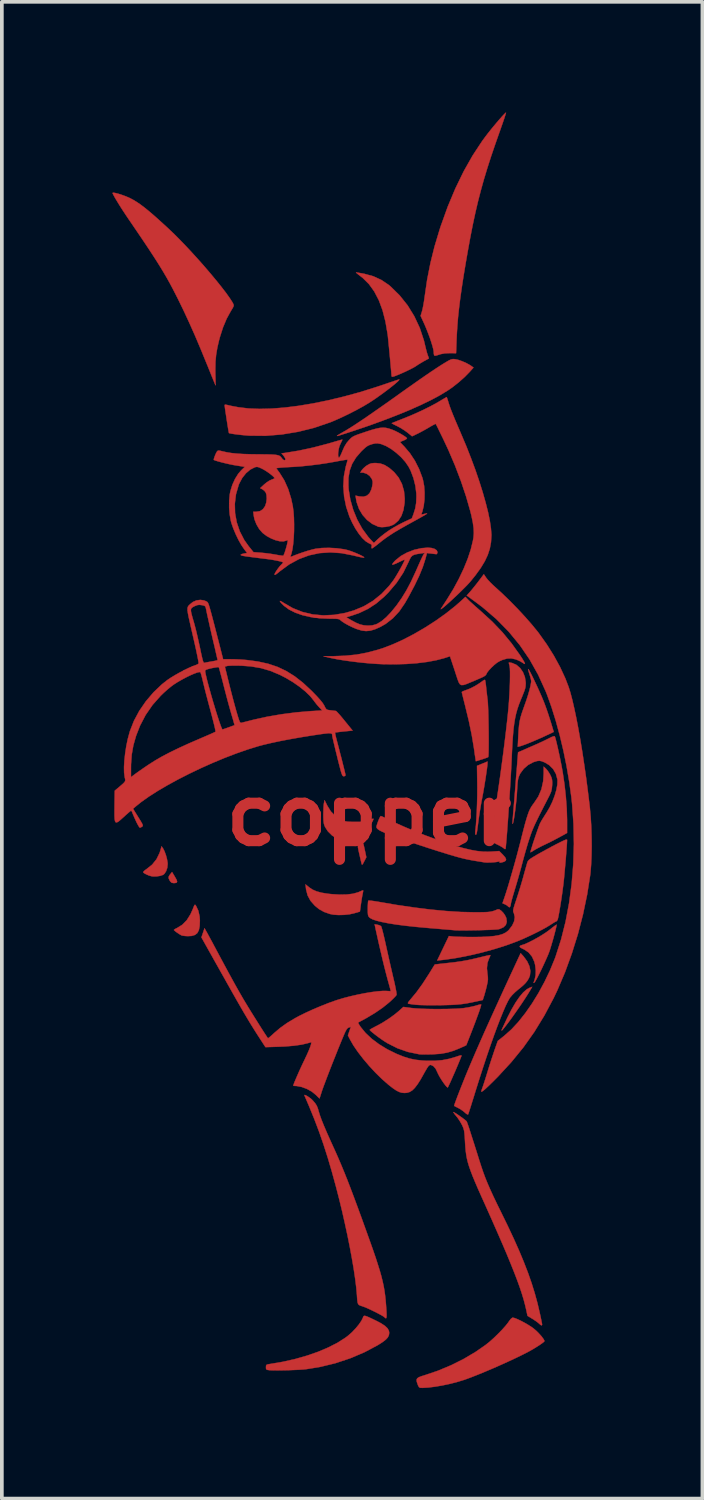
<source format=kicad_pcb>
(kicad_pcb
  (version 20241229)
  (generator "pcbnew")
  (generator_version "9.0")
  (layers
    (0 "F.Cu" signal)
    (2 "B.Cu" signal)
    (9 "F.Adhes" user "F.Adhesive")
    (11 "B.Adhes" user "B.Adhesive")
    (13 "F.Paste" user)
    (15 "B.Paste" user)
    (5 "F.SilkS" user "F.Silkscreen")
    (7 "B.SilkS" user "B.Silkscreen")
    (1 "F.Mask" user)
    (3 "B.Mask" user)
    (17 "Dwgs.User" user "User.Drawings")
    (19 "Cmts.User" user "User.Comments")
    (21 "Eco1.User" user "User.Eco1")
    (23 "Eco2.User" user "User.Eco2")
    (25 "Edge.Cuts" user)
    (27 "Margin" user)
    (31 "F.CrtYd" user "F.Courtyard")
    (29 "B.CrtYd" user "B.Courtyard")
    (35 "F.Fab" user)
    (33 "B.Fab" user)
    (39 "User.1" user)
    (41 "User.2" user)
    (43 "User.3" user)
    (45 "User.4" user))
  (footprint "copper"
    (layer "F.Cu")
    (at 6.96 19.069)
    (property "Reference" "copper" (at 0 0 0) (layer "F.Cu") (effects (font (size 1.524 1.524) (thickness 0.3))))
    (attr through_hole)
    (fp_poly (pts (xy -5.263 1.673) (xy -5.22 1.75) (xy -5.204 1.8) (xy -5.217 1.828) (xy -5.259 1.839) (xy -5.302 1.841) (xy -5.355 1.83) (xy -5.394 1.791) (xy -5.403 1.776) (xy -5.432 1.716) (xy -5.435 1.672) (xy -5.41 1.625) (xy -5.391 1.601) (xy -5.342 1.54) (xy -5.263 1.673)) (stroke (width 0.01) (type solid)) (fill yes) (layer "F.Cu"))
    (fp_poly (pts (xy -0.173 0.73) (xy -0.161 0.747) (xy -0.148 0.786) (xy -0.132 0.855) (xy -0.11 0.956) (xy -0.071 1.139) (xy -0.129 1.252) (xy -0.161 1.313) (xy -0.18 1.34) (xy -0.191 1.338) (xy -0.2 1.312) (xy -0.21 1.27) (xy -0.227 1.198) (xy -0.248 1.107) (xy -0.264 1.037) (xy -0.287 0.935) (xy -0.299 0.866) (xy -0.298 0.82) (xy -0.284 0.79) (xy -0.253 0.765) (xy -0.206 0.738) (xy -0.187 0.729) (xy -0.173 0.73)) (stroke (width 0.01) (type solid)) (fill yes) (layer "F.Cu"))
    (fp_poly (pts (xy -5.585 0.902) (xy -5.546 0.979) (xy -5.509 1.08) (xy -5.48 1.188) (xy -5.463 1.287) (xy -5.461 1.325) (xy -5.472 1.426) (xy -5.503 1.517) (xy -5.548 1.587) (xy -5.586 1.618) (xy -5.667 1.645) (xy -5.768 1.66) (xy -5.868 1.659) (xy -5.905 1.653) (xy -5.974 1.633) (xy -6.043 1.603) (xy -6.1 1.572) (xy -6.126 1.547) (xy -6.116 1.527) (xy -6.079 1.493) (xy -6.034 1.461) (xy -5.882 1.34) (xy -5.764 1.194) (xy -5.681 1.024) (xy -5.662 0.966) (xy -5.626 0.842) (xy -5.585 0.902)) (stroke (width 0.01) (type solid)) (fill yes) (layer "F.Cu"))
    (fp_poly (pts (xy 4.371 4.756) (xy 4.314 4.849) (xy 4.238 4.968) (xy 4.149 5.103) (xy 4.051 5.246) (xy 3.951 5.389) (xy 3.856 5.523) (xy 3.796 5.604) (xy 3.72 5.704) (xy 3.665 5.774) (xy 3.629 5.818) (xy 3.609 5.838) (xy 3.599 5.839) (xy 3.598 5.832) (xy 3.607 5.811) (xy 3.631 5.758) (xy 3.668 5.68) (xy 3.714 5.582) (xy 3.756 5.492) (xy 3.868 5.273) (xy 3.978 5.084) (xy 4.085 4.928) (xy 4.187 4.807) (xy 4.283 4.723) (xy 4.347 4.687) (xy 4.43 4.654) (xy 4.371 4.756)) (stroke (width 0.01) (type solid)) (fill yes) (layer "F.Cu"))
    (fp_poly (pts (xy -4.705 2.439) (xy -4.692 2.458) (xy -4.629 2.59) (xy -4.594 2.748) (xy -4.587 2.857) (xy -4.593 3.005) (xy -4.615 3.117) (xy -4.656 3.196) (xy -4.72 3.247) (xy -4.809 3.274) (xy -4.911 3.28) (xy -4.989 3.276) (xy -5.056 3.267) (xy -5.091 3.257) (xy -5.151 3.221) (xy -5.212 3.18) (xy -5.261 3.143) (xy -5.289 3.117) (xy -5.292 3.112) (xy -5.274 3.095) (xy -5.23 3.07) (xy -5.202 3.057) (xy -5.064 2.971) (xy -4.943 2.848) (xy -4.841 2.686) (xy -4.782 2.554) (xy -4.753 2.48) (xy -4.734 2.439) (xy -4.719 2.427) (xy -4.705 2.439)) (stroke (width 0.01) (type solid)) (fill yes) (layer "F.Cu"))
    (fp_poly (pts (xy 3.217 -1.412) (xy 3.213 -1.359) (xy 3.203 -1.273) (xy 3.187 -1.16) (xy 3.168 -1.028) (xy 3.145 -0.885) (xy 3.121 -0.738) (xy 3.096 -0.595) (xy 3.071 -0.464) (xy 3.045 -0.323) (xy 3.019 -0.17) (xy 2.995 -0.021) (xy 2.977 0.107) (xy 2.974 0.129) (xy 2.956 0.268) (xy 2.942 0.37) (xy 2.932 0.442) (xy 2.923 0.488) (xy 2.915 0.514) (xy 2.907 0.526) (xy 2.898 0.529) (xy 2.896 0.529) (xy 2.883 0.509) (xy 2.884 0.451) (xy 2.886 0.429) (xy 2.902 0.28) (xy 2.915 0.099) (xy 2.926 -0.105) (xy 2.934 -0.323) (xy 2.939 -0.544) (xy 2.94 -0.76) (xy 2.939 -0.855) (xy 2.932 -1.341) (xy 3.074 -1.399) (xy 3.217 -1.458) (xy 3.217 -1.412)) (stroke (width 0.01) (type solid)) (fill yes) (layer "F.Cu"))
    (fp_poly (pts (xy -1.623 1.956) (xy -1.532 2.017) (xy -1.422 2.065) (xy -1.287 2.102) (xy -1.121 2.129) (xy -1.02 2.14) (xy -0.796 2.154) (xy -0.599 2.15) (xy -0.433 2.13) (xy -0.3 2.093) (xy -0.277 2.084) (xy -0.216 2.057) (xy -0.172 2.04) (xy -0.157 2.038) (xy -0.157 2.06) (xy -0.166 2.109) (xy -0.172 2.138) (xy -0.185 2.204) (xy -0.2 2.295) (xy -0.215 2.395) (xy -0.219 2.424) (xy -0.245 2.614) (xy -0.403 2.66) (xy -0.529 2.688) (xy -0.675 2.703) (xy -0.823 2.707) (xy -0.96 2.698) (xy -1.058 2.679) (xy -1.218 2.623) (xy -1.353 2.548) (xy -1.465 2.457) (xy -1.584 2.323) (xy -1.664 2.175) (xy -1.706 2.012) (xy -1.707 2.001) (xy -1.721 1.875) (xy -1.623 1.956)) (stroke (width 0.01) (type solid)) (fill yes) (layer "F.Cu"))
    (fp_poly (pts (xy 4.325 -3.965) (xy 4.343 -3.94) (xy 4.375 -3.882) (xy 4.418 -3.799) (xy 4.469 -3.695) (xy 4.524 -3.578) (xy 4.582 -3.454) (xy 4.638 -3.329) (xy 4.69 -3.21) (xy 4.735 -3.102) (xy 4.769 -3.016) (xy 4.816 -2.887) (xy 4.866 -2.74) (xy 4.912 -2.597) (xy 4.939 -2.511) (xy 5.014 -2.261) (xy 4.777 -2.149) (xy 4.648 -2.09) (xy 4.514 -2.032) (xy 4.384 -1.977) (xy 4.266 -1.93) (xy 4.168 -1.894) (xy 4.1 -1.872) (xy 4.097 -1.872) (xy 4.038 -1.857) (xy 4.052 -2.151) (xy 4.061 -2.309) (xy 4.073 -2.437) (xy 4.089 -2.548) (xy 4.113 -2.654) (xy 4.147 -2.768) (xy 4.194 -2.902) (xy 4.215 -2.961) (xy 4.27 -3.116) (xy 4.318 -3.265) (xy 4.357 -3.402) (xy 4.385 -3.518) (xy 4.4 -3.607) (xy 4.402 -3.641) (xy 4.395 -3.687) (xy 4.377 -3.758) (xy 4.353 -3.835) (xy 4.332 -3.902) (xy 4.322 -3.949) (xy 4.324 -3.965) (xy 4.325 -3.965)) (stroke (width 0.01) (type solid)) (fill yes) (layer "F.Cu"))
    (fp_poly (pts (xy -1.131 -0.261) (xy -1.033 -0.103) (xy -0.905 0.025) (xy -0.748 0.122) (xy -0.745 0.124) (xy -0.69 0.148) (xy -0.641 0.164) (xy -0.586 0.173) (xy -0.514 0.178) (xy -0.416 0.18) (xy -0.36 0.18) (xy -0.243 0.179) (xy -0.159 0.175) (xy -0.097 0.167) (xy -0.046 0.154) (xy 0.004 0.134) (xy 0.009 0.132) (xy 0.068 0.107) (xy 0.11 0.094) (xy 0.122 0.094) (xy 0.119 0.119) (xy 0.095 0.169) (xy 0.055 0.237) (xy 0.004 0.316) (xy -0.053 0.397) (xy -0.112 0.472) (xy -0.158 0.526) (xy -0.265 0.615) (xy -0.393 0.677) (xy -0.532 0.708) (xy -0.668 0.705) (xy -0.704 0.698) (xy -0.86 0.64) (xy -0.999 0.55) (xy -1.114 0.436) (xy -1.189 0.321) (xy -1.211 0.269) (xy -1.225 0.216) (xy -1.233 0.15) (xy -1.237 0.06) (xy -1.238 -0.011) (xy -1.236 -0.115) (xy -1.232 -0.213) (xy -1.226 -0.291) (xy -1.221 -0.326) (xy -1.203 -0.409) (xy -1.131 -0.261)) (stroke (width 0.01) (type solid)) (fill yes) (layer "F.Cu"))
    (fp_poly (pts (xy 5.09 2.991) (xy 5.078 3.047) (xy 5.059 3.128) (xy 5.033 3.227) (xy 5.004 3.336) (xy 4.972 3.446) (xy 4.941 3.551) (xy 4.913 3.642) (xy 4.891 3.707) (xy 4.86 3.786) (xy 4.818 3.883) (xy 4.768 3.994) (xy 4.715 4.109) (xy 4.66 4.224) (xy 4.607 4.33) (xy 4.56 4.421) (xy 4.522 4.491) (xy 4.496 4.532) (xy 4.49 4.539) (xy 4.468 4.548) (xy 4.466 4.547) (xy 4.473 4.525) (xy 4.49 4.477) (xy 4.497 4.456) (xy 4.523 4.34) (xy 4.526 4.203) (xy 4.509 4.06) (xy 4.487 3.973) (xy 4.424 3.835) (xy 4.331 3.722) (xy 4.211 3.641) (xy 4.18 3.627) (xy 4.114 3.593) (xy 4.089 3.564) (xy 4.104 3.539) (xy 4.143 3.525) (xy 4.222 3.499) (xy 4.327 3.453) (xy 4.447 3.392) (xy 4.573 3.323) (xy 4.697 3.249) (xy 4.808 3.177) (xy 4.897 3.112) (xy 4.972 3.052) (xy 5.034 3.005) (xy 5.076 2.976) (xy 5.091 2.967) (xy 5.09 2.991)) (stroke (width 0.01) (type solid)) (fill yes) (layer "F.Cu"))
    (fp_poly (pts (xy 0.313 -9.542) (xy 0.432 -9.499) (xy 0.552 -9.423) (xy 0.681 -9.311) (xy 0.682 -9.311) (xy 0.804 -9.162) (xy 0.895 -8.989) (xy 0.951 -8.796) (xy 0.971 -8.589) (xy 0.967 -8.478) (xy 0.937 -8.284) (xy 0.881 -8.123) (xy 0.8 -7.996) (xy 0.693 -7.902) (xy 0.653 -7.879) (xy 0.564 -7.845) (xy 0.458 -7.824) (xy 0.354 -7.816) (xy 0.267 -7.825) (xy 0.254 -7.829) (xy 0.091 -7.904) (xy -0.053 -8.013) (xy -0.175 -8.151) (xy -0.27 -8.313) (xy -0.333 -8.491) (xy -0.349 -8.575) (xy -0.364 -8.672) (xy -0.259 -8.65) (xy -0.146 -8.643) (xy -0.055 -8.671) (xy 0.016 -8.736) (xy 0.066 -8.838) (xy 0.089 -8.929) (xy 0.101 -9.005) (xy 0.1 -9.058) (xy 0.085 -9.107) (xy 0.072 -9.136) (xy 0.016 -9.21) (xy -0.065 -9.266) (xy -0.155 -9.296) (xy -0.182 -9.297) (xy -0.234 -9.297) (xy -0.193 -9.364) (xy -0.15 -9.413) (xy -0.089 -9.467) (xy -0.051 -9.493) (xy 0.014 -9.53) (xy 0.074 -9.549) (xy 0.147 -9.556) (xy 0.189 -9.556) (xy 0.313 -9.542)) (stroke (width 0.01) (type solid)) (fill yes) (layer "F.Cu"))
    (fp_poly (pts (xy 2.334 -12.374) (xy 2.336 -12.374) (xy 2.423 -12.355) (xy 2.528 -12.318) (xy 2.638 -12.27) (xy 2.737 -12.216) (xy 2.775 -12.191) (xy 2.837 -12.146) (xy 2.74 -12.037) (xy 2.6 -11.893) (xy 2.435 -11.746) (xy 2.257 -11.606) (xy 2.148 -11.531) (xy 1.94 -11.403) (xy 1.691 -11.269) (xy 1.406 -11.131) (xy 1.085 -10.988) (xy 0.732 -10.844) (xy 0.348 -10.697) (xy -0.063 -10.549) (xy -0.501 -10.402) (xy -0.82 -10.299) (xy -0.857 -10.291) (xy -0.868 -10.294) (xy -0.851 -10.308) (xy -0.805 -10.337) (xy -0.739 -10.375) (xy -0.712 -10.39) (xy -0.598 -10.457) (xy -0.45 -10.549) (xy -0.27 -10.667) (xy -0.058 -10.81) (xy 0.185 -10.979) (xy 0.461 -11.172) (xy 0.767 -11.389) (xy 0.872 -11.465) (xy 1.043 -11.586) (xy 1.215 -11.707) (xy 1.383 -11.825) (xy 1.542 -11.935) (xy 1.685 -12.033) (xy 1.807 -12.114) (xy 1.902 -12.176) (xy 1.92 -12.188) (xy 2.033 -12.259) (xy 2.118 -12.31) (xy 2.179 -12.345) (xy 2.225 -12.365) (xy 2.262 -12.375) (xy 2.296 -12.377) (xy 2.334 -12.374)) (stroke (width 0.01) (type solid)) (fill yes) (layer "F.Cu"))
    (fp_poly (pts (xy 3.156 -3.649) (xy 3.165 -3.593) (xy 3.175 -3.517) (xy 3.177 -3.498) (xy 3.187 -3.4) (xy 3.201 -3.28) (xy 3.215 -3.161) (xy 3.22 -3.122) (xy 3.226 -3.057) (xy 3.231 -2.961) (xy 3.236 -2.842) (xy 3.24 -2.703) (xy 3.243 -2.552) (xy 3.246 -2.395) (xy 3.248 -2.236) (xy 3.249 -2.081) (xy 3.249 -1.938) (xy 3.248 -1.81) (xy 3.246 -1.705) (xy 3.243 -1.628) (xy 3.238 -1.585) (xy 3.236 -1.578) (xy 3.211 -1.566) (xy 3.156 -1.546) (xy 3.082 -1.521) (xy 3.062 -1.515) (xy 2.901 -1.465) (xy 2.89 -1.532) (xy 2.883 -1.58) (xy 2.871 -1.658) (xy 2.858 -1.754) (xy 2.847 -1.831) (xy 2.789 -2.178) (xy 2.71 -2.559) (xy 2.613 -2.96) (xy 2.583 -3.079) (xy 2.557 -3.183) (xy 2.536 -3.267) (xy 2.523 -3.323) (xy 2.519 -3.343) (xy 2.537 -3.358) (xy 2.583 -3.377) (xy 2.609 -3.386) (xy 2.735 -3.434) (xy 2.871 -3.502) (xy 2.998 -3.581) (xy 3.036 -3.609) (xy 3.091 -3.648) (xy 3.132 -3.671) (xy 3.148 -3.674) (xy 3.156 -3.649)) (stroke (width 0.01) (type solid)) (fill yes) (layer "F.Cu"))
    (fp_poly (pts (xy -0.087 13.587) (xy -0.034 13.607) (xy 0.044 13.642) (xy 0.152 13.694) (xy 0.184 13.709) (xy 0.328 13.784) (xy 0.434 13.854) (xy 0.504 13.921) (xy 0.542 13.989) (xy 0.55 14.044) (xy 0.541 14.108) (xy 0.512 14.167) (xy 0.457 14.227) (xy 0.372 14.293) (xy 0.253 14.369) (xy 0.233 14.381) (xy -0.125 14.571) (xy -0.509 14.734) (xy -0.914 14.868) (xy -1.33 14.969) (xy -1.693 15.028) (xy -1.783 15.037) (xy -1.901 15.045) (xy -2.039 15.051) (xy -2.186 15.057) (xy -2.333 15.06) (xy -2.47 15.062) (xy -2.587 15.061) (xy -2.674 15.058) (xy -2.693 15.057) (xy -2.754 15.049) (xy -2.784 15.036) (xy -2.793 15.008) (xy -2.794 14.976) (xy -2.791 14.932) (xy -2.776 14.909) (xy -2.738 14.897) (xy -2.693 14.89) (xy -2.346 14.831) (xy -2.007 14.755) (xy -1.684 14.663) (xy -1.381 14.558) (xy -1.103 14.44) (xy -0.854 14.313) (xy -0.641 14.177) (xy -0.572 14.125) (xy -0.466 14.033) (xy -0.365 13.927) (xy -0.275 13.819) (xy -0.205 13.717) (xy -0.165 13.637) (xy -0.154 13.607) (xy -0.141 13.588) (xy -0.12 13.581) (xy -0.087 13.587)) (stroke (width 0.01) (type solid)) (fill yes) (layer "F.Cu"))
    (fp_poly (pts (xy 3.042 5.158) (xy 3.025 5.218) (xy 2.995 5.31) (xy 2.952 5.43) (xy 2.898 5.576) (xy 2.835 5.743) (xy 2.779 5.888) (xy 2.641 6.24) (xy 2.478 6.315) (xy 2.296 6.389) (xy 2.123 6.44) (xy 1.942 6.472) (xy 1.738 6.486) (xy 1.704 6.487) (xy 1.594 6.489) (xy 1.495 6.49) (xy 1.416 6.488) (xy 1.367 6.486) (xy 1.365 6.485) (xy 1.056 6.421) (xy 0.769 6.32) (xy 0.502 6.185) (xy 0.428 6.139) (xy 0.344 6.082) (xy 0.257 6.02) (xy 0.175 5.958) (xy 0.104 5.902) (xy 0.051 5.857) (xy 0.023 5.828) (xy 0.021 5.823) (xy 0.039 5.808) (xy 0.086 5.78) (xy 0.154 5.744) (xy 0.185 5.728) (xy 0.354 5.637) (xy 0.527 5.528) (xy 0.689 5.412) (xy 0.811 5.312) (xy 0.934 5.201) (xy 1.16 5.231) (xy 1.272 5.241) (xy 1.415 5.249) (xy 1.582 5.255) (xy 1.764 5.258) (xy 1.95 5.258) (xy 2.132 5.256) (xy 2.301 5.251) (xy 2.447 5.244) (xy 2.561 5.234) (xy 2.576 5.232) (xy 2.683 5.215) (xy 2.792 5.193) (xy 2.885 5.171) (xy 2.903 5.165) (xy 2.972 5.145) (xy 3.023 5.134) (xy 3.045 5.133) (xy 3.042 5.158)) (stroke (width 0.01) (type solid)) (fill yes) (layer "F.Cu"))
    (fp_poly (pts (xy 3.294 3.795) (xy 3.29 3.816) (xy 3.271 3.862) (xy 3.26 3.883) (xy 3.215 4.008) (xy 3.201 4.151) (xy 3.215 4.304) (xy 3.226 4.387) (xy 3.228 4.455) (xy 3.219 4.526) (xy 3.2 4.617) (xy 3.196 4.636) (xy 3.172 4.733) (xy 3.146 4.827) (xy 3.124 4.902) (xy 3.12 4.914) (xy 3.088 5.013) (xy 2.926 5.049) (xy 2.778 5.08) (xy 2.647 5.105) (xy 2.525 5.123) (xy 2.399 5.136) (xy 2.261 5.145) (xy 2.099 5.15) (xy 1.937 5.154) (xy 1.784 5.155) (xy 1.635 5.155) (xy 1.496 5.152) (xy 1.379 5.149) (xy 1.291 5.143) (xy 1.27 5.141) (xy 1.184 5.131) (xy 1.113 5.121) (xy 1.069 5.113) (xy 1.062 5.111) (xy 1.057 5.092) (xy 1.084 5.049) (xy 1.13 4.994) (xy 1.286 4.806) (xy 1.45 4.58) (xy 1.619 4.32) (xy 1.624 4.312) (xy 1.681 4.22) (xy 1.729 4.142) (xy 1.765 4.084) (xy 1.784 4.053) (xy 1.786 4.05) (xy 1.807 4.046) (xy 1.863 4.04) (xy 1.946 4.03) (xy 2.049 4.019) (xy 2.111 4.012) (xy 2.319 3.989) (xy 2.502 3.963) (xy 2.676 3.932) (xy 2.856 3.893) (xy 3.035 3.85) (xy 3.132 3.826) (xy 3.212 3.808) (xy 3.269 3.797) (xy 3.293 3.794) (xy 3.294 3.795)) (stroke (width 0.01) (type solid)) (fill yes) (layer "F.Cu"))
    (fp_poly (pts (xy 4.198 3.834) (xy 4.293 3.964) (xy 4.354 4.096) (xy 4.38 4.225) (xy 4.368 4.347) (xy 4.34 4.419) (xy 4.3 4.487) (xy 4.252 4.549) (xy 4.188 4.613) (xy 4.1 4.688) (xy 4.047 4.73) (xy 3.966 4.8) (xy 3.888 4.877) (xy 3.828 4.948) (xy 3.818 4.963) (xy 3.769 5.049) (xy 3.709 5.172) (xy 3.641 5.33) (xy 3.564 5.519) (xy 3.48 5.737) (xy 3.391 5.979) (xy 3.297 6.244) (xy 3.2 6.528) (xy 3.101 6.827) (xy 3 7.139) (xy 2.899 7.461) (xy 2.889 7.493) (xy 2.842 7.646) (xy 2.798 7.786) (xy 2.76 7.908) (xy 2.728 8.007) (xy 2.705 8.077) (xy 2.692 8.114) (xy 2.691 8.117) (xy 2.669 8.117) (xy 2.63 8.091) (xy 2.605 8.068) (xy 2.542 8.017) (xy 2.464 7.965) (xy 2.425 7.944) (xy 2.366 7.914) (xy 2.325 7.892) (xy 2.312 7.885) (xy 2.317 7.864) (xy 2.335 7.808) (xy 2.366 7.724) (xy 2.407 7.615) (xy 2.456 7.488) (xy 2.512 7.347) (xy 2.571 7.198) (xy 2.633 7.045) (xy 2.69 6.907) (xy 2.782 6.69) (xy 2.89 6.438) (xy 3.013 6.157) (xy 3.149 5.85) (xy 3.297 5.522) (xy 3.454 5.177) (xy 3.618 4.818) (xy 3.769 4.49) (xy 4.116 3.742) (xy 4.198 3.834)) (stroke (width 0.01) (type solid)) (fill yes) (layer "F.Cu"))
    (fp_poly (pts (xy -0.329 -14.726) (xy -0.274 -14.717) (xy -0.195 -14.703) (xy -0.124 -14.69) (xy 0.119 -14.623) (xy 0.337 -14.523) (xy 0.536 -14.389) (xy 0.586 -14.347) (xy 0.834 -14.103) (xy 1.05 -13.832) (xy 1.232 -13.536) (xy 1.38 -13.219) (xy 1.491 -12.882) (xy 1.526 -12.736) (xy 1.549 -12.642) (xy 1.572 -12.554) (xy 1.593 -12.488) (xy 1.599 -12.472) (xy 1.618 -12.423) (xy 1.625 -12.396) (xy 1.625 -12.394) (xy 1.605 -12.382) (xy 1.558 -12.356) (xy 1.494 -12.321) (xy 1.492 -12.32) (xy 1.407 -12.271) (xy 1.318 -12.215) (xy 1.265 -12.179) (xy 1.215 -12.149) (xy 1.14 -12.11) (xy 1.049 -12.065) (xy 0.949 -12.018) (xy 0.85 -11.974) (xy 0.76 -11.937) (xy 0.688 -11.909) (xy 0.643 -11.896) (xy 0.637 -11.896) (xy 0.615 -11.907) (xy 0.614 -11.912) (xy 0.611 -11.949) (xy 0.606 -12.021) (xy 0.597 -12.121) (xy 0.586 -12.242) (xy 0.574 -12.375) (xy 0.561 -12.514) (xy 0.548 -12.652) (xy 0.535 -12.781) (xy 0.524 -12.894) (xy 0.515 -12.984) (xy 0.508 -13.044) (xy 0.507 -13.049) (xy 0.448 -13.394) (xy 0.369 -13.702) (xy 0.268 -13.974) (xy 0.145 -14.21) (xy 0.001 -14.41) (xy -0.164 -14.574) (xy -0.216 -14.615) (xy -0.28 -14.664) (xy -0.327 -14.702) (xy -0.35 -14.724) (xy -0.351 -14.727) (xy -0.329 -14.726)) (stroke (width 0.01) (type solid)) (fill yes) (layer "F.Cu"))
    (fp_poly (pts (xy 3.952 13.642) (xy 4.028 13.672) (xy 4.121 13.716) (xy 4.223 13.77) (xy 4.323 13.828) (xy 4.415 13.887) (xy 4.463 13.922) (xy 4.534 13.982) (xy 4.606 14.053) (xy 4.672 14.126) (xy 4.724 14.193) (xy 4.756 14.246) (xy 4.763 14.268) (xy 4.745 14.289) (xy 4.698 14.326) (xy 4.629 14.374) (xy 4.544 14.428) (xy 4.452 14.485) (xy 4.358 14.538) (xy 4.339 14.548) (xy 4.185 14.628) (xy 4.003 14.717) (xy 3.8 14.812) (xy 3.584 14.91) (xy 3.364 15.007) (xy 3.147 15.099) (xy 2.942 15.183) (xy 2.756 15.256) (xy 2.598 15.314) (xy 2.563 15.325) (xy 2.382 15.38) (xy 2.185 15.43) (xy 1.984 15.472) (xy 1.789 15.505) (xy 1.611 15.527) (xy 1.46 15.536) (xy 1.447 15.536) (xy 1.392 15.534) (xy 1.36 15.519) (xy 1.337 15.48) (xy 1.323 15.444) (xy 1.298 15.371) (xy 1.292 15.318) (xy 1.309 15.279) (xy 1.354 15.248) (xy 1.432 15.218) (xy 1.51 15.194) (xy 1.871 15.072) (xy 2.23 14.922) (xy 2.577 14.748) (xy 2.902 14.555) (xy 3.167 14.37) (xy 3.276 14.283) (xy 3.392 14.179) (xy 3.508 14.066) (xy 3.617 13.954) (xy 3.711 13.848) (xy 3.782 13.758) (xy 3.8 13.73) (xy 3.846 13.669) (xy 3.887 13.635) (xy 3.902 13.631) (xy 3.952 13.642)) (stroke (width 0.01) (type solid)) (fill yes) (layer "F.Cu"))
    (fp_poly (pts (xy 0.827 -11.82) (xy 0.809 -11.795) (xy 0.764 -11.752) (xy 0.698 -11.695) (xy 0.613 -11.627) (xy 0.516 -11.551) (xy 0.409 -11.471) (xy 0.297 -11.39) (xy 0.185 -11.31) (xy 0.076 -11.237) (xy -0.005 -11.185) (xy -0.142 -11.103) (xy -0.307 -11.012) (xy -0.488 -10.918) (xy -0.673 -10.827) (xy -0.851 -10.745) (xy -1.009 -10.677) (xy -1.052 -10.66) (xy -1.481 -10.514) (xy -1.921 -10.404) (xy -2.364 -10.331) (xy -2.805 -10.295) (xy -3.239 -10.299) (xy -3.27 -10.301) (xy -3.367 -10.309) (xy -3.47 -10.319) (xy -3.573 -10.331) (xy -3.666 -10.343) (xy -3.74 -10.355) (xy -3.787 -10.365) (xy -3.798 -10.37) (xy -3.804 -10.394) (xy -3.814 -10.451) (xy -3.828 -10.534) (xy -3.844 -10.634) (xy -3.861 -10.743) (xy -3.877 -10.852) (xy -3.893 -10.954) (xy -3.905 -11.04) (xy -3.913 -11.102) (xy -3.916 -11.132) (xy -3.898 -11.141) (xy -3.847 -11.132) (xy -3.798 -11.12) (xy -3.72 -11.103) (xy -3.622 -11.085) (xy -3.538 -11.069) (xy -3.271 -11.037) (xy -2.971 -11.025) (xy -2.642 -11.033) (xy -2.287 -11.061) (xy -1.91 -11.108) (xy -1.514 -11.174) (xy -1.104 -11.258) (xy -0.683 -11.359) (xy -0.254 -11.476) (xy 0.178 -11.611) (xy 0.345 -11.666) (xy 0.474 -11.71) (xy 0.592 -11.75) (xy 0.691 -11.784) (xy 0.766 -11.808) (xy 0.809 -11.822) (xy 0.815 -11.824) (xy 0.827 -11.82)) (stroke (width 0.01) (type solid)) (fill yes) (layer "F.Cu"))
    (fp_poly (pts (xy 0.067 2.32) (xy 0.149 2.331) (xy 0.247 2.347) (xy 0.248 2.347) (xy 0.748 2.433) (xy 1.226 2.503) (xy 1.677 2.559) (xy 2.099 2.599) (xy 2.488 2.624) (xy 2.841 2.632) (xy 2.847 2.632) (xy 2.999 2.632) (xy 3.117 2.63) (xy 3.207 2.627) (xy 3.278 2.62) (xy 3.337 2.609) (xy 3.392 2.593) (xy 3.45 2.571) (xy 3.498 2.551) (xy 3.537 2.555) (xy 3.587 2.589) (xy 3.641 2.643) (xy 3.688 2.708) (xy 3.722 2.777) (xy 3.727 2.79) (xy 3.74 2.891) (xy 3.715 2.974) (xy 3.651 3.039) (xy 3.551 3.084) (xy 3.523 3.092) (xy 3.479 3.098) (xy 3.401 3.103) (xy 3.295 3.109) (xy 3.169 3.113) (xy 3.029 3.118) (xy 2.884 3.121) (xy 2.74 3.123) (xy 2.605 3.125) (xy 2.486 3.125) (xy 2.391 3.123) (xy 2.326 3.12) (xy 2.318 3.119) (xy 2.276 3.115) (xy 2.197 3.108) (xy 2.089 3.099) (xy 1.956 3.088) (xy 1.806 3.075) (xy 1.644 3.062) (xy 1.59 3.057) (xy 1.282 3.029) (xy 1.003 2.999) (xy 0.753 2.967) (xy 0.536 2.933) (xy 0.353 2.897) (xy 0.207 2.861) (xy 0.098 2.824) (xy 0.03 2.787) (xy 0.025 2.783) (xy -0.001 2.758) (xy -0.018 2.731) (xy -0.027 2.692) (xy -0.031 2.632) (xy -0.032 2.54) (xy -0.032 2.533) (xy -0.03 2.444) (xy -0.026 2.372) (xy -0.021 2.327) (xy -0.017 2.317) (xy 0.008 2.315) (xy 0.067 2.32)) (stroke (width 0.01) (type solid)) (fill yes) (layer "F.Cu"))
    (fp_poly (pts (xy 0.348 0.03) (xy 0.401 0.054) (xy 0.471 0.087) (xy 0.486 0.095) (xy 0.713 0.204) (xy 0.966 0.317) (xy 1.237 0.431) (xy 1.517 0.542) (xy 1.797 0.646) (xy 2.067 0.741) (xy 2.319 0.822) (xy 2.543 0.887) (xy 2.551 0.889) (xy 2.754 0.938) (xy 2.93 0.97) (xy 3.09 0.987) (xy 3.243 0.99) (xy 3.328 0.986) (xy 3.534 0.972) (xy 3.63 1.067) (xy 3.694 1.14) (xy 3.721 1.194) (xy 3.711 1.234) (xy 3.663 1.263) (xy 3.601 1.28) (xy 3.554 1.287) (xy 3.542 1.279) (xy 3.546 1.269) (xy 3.549 1.252) (xy 3.52 1.256) (xy 3.512 1.258) (xy 3.456 1.269) (xy 3.375 1.277) (xy 3.284 1.282) (xy 3.199 1.283) (xy 3.136 1.279) (xy 3.133 1.278) (xy 3.089 1.271) (xy 3.016 1.259) (xy 2.926 1.244) (xy 2.879 1.237) (xy 2.782 1.22) (xy 2.685 1.201) (xy 2.584 1.179) (xy 2.475 1.152) (xy 2.352 1.118) (xy 2.211 1.077) (xy 2.049 1.027) (xy 1.859 0.968) (xy 1.637 0.897) (xy 1.41 0.823) (xy 1.15 0.737) (xy 0.928 0.662) (xy 0.741 0.597) (xy 0.587 0.541) (xy 0.463 0.492) (xy 0.367 0.45) (xy 0.295 0.414) (xy 0.247 0.382) (xy 0.224 0.361) (xy 0.208 0.339) (xy 0.204 0.312) (xy 0.213 0.27) (xy 0.236 0.202) (xy 0.246 0.173) (xy 0.275 0.101) (xy 0.301 0.047) (xy 0.319 0.022) (xy 0.321 0.021) (xy 0.348 0.03)) (stroke (width 0.01) (type solid)) (fill yes) (layer "F.Cu"))
    (fp_poly (pts (xy 4.806 -1.259) (xy 4.852 -1.204) (xy 4.9 -1.13) (xy 4.924 -1.086) (xy 4.954 -1.018) (xy 4.969 -0.958) (xy 4.973 -0.887) (xy 4.971 -0.819) (xy 4.962 -0.721) (xy 4.943 -0.64) (xy 4.907 -0.555) (xy 4.888 -0.517) (xy 4.782 -0.312) (xy 4.694 -0.14) (xy 4.622 0.003) (xy 4.563 0.123) (xy 4.514 0.224) (xy 4.475 0.31) (xy 4.442 0.386) (xy 4.414 0.457) (xy 4.389 0.526) (xy 4.364 0.6) (xy 4.356 0.624) (xy 4.315 0.751) (xy 4.27 0.904) (xy 4.223 1.067) (xy 4.18 1.224) (xy 4.162 1.293) (xy 4.121 1.448) (xy 4.073 1.621) (xy 4.023 1.796) (xy 3.976 1.955) (xy 3.959 2.01) (xy 3.924 2.127) (xy 3.893 2.231) (xy 3.87 2.316) (xy 3.856 2.373) (xy 3.852 2.393) (xy 3.845 2.446) (xy 3.827 2.486) (xy 3.81 2.498) (xy 3.784 2.483) (xy 3.77 2.468) (xy 3.733 2.439) (xy 3.684 2.414) (xy 3.623 2.388) (xy 3.686 2.205) (xy 3.727 2.08) (xy 3.776 1.922) (xy 3.83 1.739) (xy 3.888 1.538) (xy 3.948 1.327) (xy 4.007 1.114) (xy 4.062 0.906) (xy 4.113 0.711) (xy 4.136 0.617) (xy 4.188 0.412) (xy 4.232 0.244) (xy 4.271 0.107) (xy 4.306 -0.004) (xy 4.338 -0.094) (xy 4.371 -0.167) (xy 4.405 -0.229) (xy 4.443 -0.285) (xy 4.472 -0.323) (xy 4.595 -0.506) (xy 4.68 -0.706) (xy 4.728 -0.926) (xy 4.741 -1.132) (xy 4.741 -1.32) (xy 4.806 -1.259)) (stroke (width 0.01) (type solid)) (fill yes) (layer "F.Cu"))
    (fp_poly (pts (xy 3.714 -19.042) (xy 3.697 -18.987) (xy 3.67 -18.902) (xy 3.633 -18.794) (xy 3.589 -18.669) (xy 3.555 -18.571) (xy 3.426 -18.205) (xy 3.311 -17.867) (xy 3.209 -17.549) (xy 3.117 -17.245) (xy 3.034 -16.946) (xy 2.957 -16.647) (xy 2.885 -16.339) (xy 2.816 -16.016) (xy 2.748 -15.67) (xy 2.68 -15.295) (xy 2.626 -14.986) (xy 2.567 -14.632) (xy 2.518 -14.313) (xy 2.477 -14.023) (xy 2.444 -13.756) (xy 2.417 -13.505) (xy 2.398 -13.265) (xy 2.383 -13.029) (xy 2.377 -12.888) (xy 2.364 -12.536) (xy 2.193 -12.538) (xy 2.059 -12.532) (xy 1.948 -12.511) (xy 1.901 -12.496) (xy 1.832 -12.474) (xy 1.792 -12.467) (xy 1.773 -12.474) (xy 1.768 -12.483) (xy 1.76 -12.525) (xy 1.757 -12.58) (xy 1.748 -12.636) (xy 1.726 -12.722) (xy 1.693 -12.831) (xy 1.652 -12.954) (xy 1.604 -13.083) (xy 1.554 -13.21) (xy 1.504 -13.327) (xy 1.496 -13.345) (xy 1.402 -13.549) (xy 1.439 -13.67) (xy 1.456 -13.737) (xy 1.476 -13.835) (xy 1.495 -13.949) (xy 1.511 -14.067) (xy 1.513 -14.076) (xy 1.58 -14.536) (xy 1.668 -14.981) (xy 1.778 -15.425) (xy 1.915 -15.881) (xy 1.947 -15.981) (xy 2.137 -16.51) (xy 2.346 -17.008) (xy 2.572 -17.473) (xy 2.815 -17.902) (xy 3.073 -18.294) (xy 3.154 -18.404) (xy 3.224 -18.496) (xy 3.302 -18.594) (xy 3.385 -18.696) (xy 3.467 -18.794) (xy 3.545 -18.884) (xy 3.613 -18.962) (xy 3.668 -19.02) (xy 3.705 -19.056) (xy 3.719 -19.064) (xy 3.714 -19.042)) (stroke (width 0.01) (type solid)) (fill yes) (layer "F.Cu"))
    (fp_poly (pts (xy 2.69 -5.849) (xy 2.73 -5.81) (xy 2.796 -5.75) (xy 2.879 -5.675) (xy 2.973 -5.592) (xy 3.039 -5.534) (xy 3.348 -5.251) (xy 3.622 -4.964) (xy 3.869 -4.664) (xy 4.093 -4.351) (xy 4.163 -4.244) (xy 4.208 -4.169) (xy 4.231 -4.124) (xy 4.23 -4.106) (xy 4.207 -4.112) (xy 4.163 -4.141) (xy 4.153 -4.148) (xy 4.1 -4.179) (xy 4.027 -4.212) (xy 3.977 -4.231) (xy 3.862 -4.256) (xy 3.746 -4.251) (xy 3.621 -4.214) (xy 3.542 -4.179) (xy 3.474 -4.138) (xy 3.398 -4.077) (xy 3.322 -4.005) (xy 3.255 -3.933) (xy 3.205 -3.868) (xy 3.184 -3.825) (xy 3.171 -3.803) (xy 3.139 -3.778) (xy 3.084 -3.747) (xy 2.999 -3.709) (xy 2.881 -3.658) (xy 2.873 -3.655) (xy 2.739 -3.599) (xy 2.638 -3.557) (xy 2.564 -3.534) (xy 2.51 -3.532) (xy 2.47 -3.553) (xy 2.438 -3.602) (xy 2.407 -3.682) (xy 2.37 -3.794) (xy 2.332 -3.912) (xy 2.199 -4.313) (xy 2.037 -4.261) (xy 1.826 -4.206) (xy 1.58 -4.16) (xy 1.308 -4.126) (xy 1.015 -4.104) (xy 0.709 -4.095) (xy 0.398 -4.098) (xy 0.238 -4.105) (xy 0.024 -4.12) (xy -0.202 -4.141) (xy -0.431 -4.168) (xy -0.651 -4.198) (xy -0.852 -4.23) (xy -1.024 -4.264) (xy -1.069 -4.274) (xy -1.238 -4.314) (xy -0.953 -4.316) (xy -0.635 -4.328) (xy -0.341 -4.358) (xy -0.057 -4.411) (xy 0.231 -4.487) (xy 0.371 -4.531) (xy 0.641 -4.634) (xy 0.929 -4.764) (xy 1.226 -4.919) (xy 1.524 -5.093) (xy 1.815 -5.28) (xy 2.091 -5.477) (xy 2.344 -5.678) (xy 2.493 -5.809) (xy 2.618 -5.925) (xy 2.69 -5.849)) (stroke (width 0.01) (type solid)) (fill yes) (layer "F.Cu"))
    (fp_poly (pts (xy -1.719 7.596) (xy -1.674 7.62) (xy -1.62 7.656) (xy -1.566 7.698) (xy -1.52 7.742) (xy -1.519 7.744) (xy -1.457 7.817) (xy -1.416 7.881) (xy -1.386 7.956) (xy -1.364 8.033) (xy -1.333 8.134) (xy -1.286 8.265) (xy -1.22 8.428) (xy -1.136 8.624) (xy -1.033 8.854) (xy -0.978 8.975) (xy -0.897 9.153) (xy -0.82 9.328) (xy -0.745 9.505) (xy -0.669 9.689) (xy -0.59 9.886) (xy -0.507 10.101) (xy -0.417 10.339) (xy -0.318 10.605) (xy -0.208 10.905) (xy -0.179 10.986) (xy -0.069 11.291) (xy 0.028 11.561) (xy 0.112 11.799) (xy 0.184 12.009) (xy 0.244 12.196) (xy 0.296 12.362) (xy 0.338 12.512) (xy 0.372 12.651) (xy 0.4 12.78) (xy 0.422 12.906) (xy 0.439 13.031) (xy 0.453 13.159) (xy 0.464 13.295) (xy 0.474 13.442) (xy 0.475 13.457) (xy 0.479 13.558) (xy 0.476 13.62) (xy 0.465 13.648) (xy 0.445 13.643) (xy 0.425 13.623) (xy 0.393 13.598) (xy 0.331 13.561) (xy 0.247 13.516) (xy 0.15 13.467) (xy 0.05 13.418) (xy -0.046 13.374) (xy -0.129 13.34) (xy -0.177 13.323) (xy -0.231 13.305) (xy -0.268 13.288) (xy -0.292 13.263) (xy -0.307 13.223) (xy -0.316 13.159) (xy -0.323 13.066) (xy -0.327 13.003) (xy -0.345 12.805) (xy -0.374 12.573) (xy -0.413 12.31) (xy -0.462 12.023) (xy -0.519 11.717) (xy -0.583 11.397) (xy -0.654 11.069) (xy -0.729 10.737) (xy -0.809 10.408) (xy -0.892 10.086) (xy -1.006 9.67) (xy -1.119 9.287) (xy -1.234 8.928) (xy -1.354 8.583) (xy -1.482 8.244) (xy -1.622 7.9) (xy -1.75 7.602) (xy -1.747 7.588) (xy -1.719 7.596)) (stroke (width 0.01) (type solid)) (fill yes) (layer "F.Cu"))
    (fp_poly (pts (xy 3.87 -4.134) (xy 3.894 -4.128) (xy 4.006 -4.077) (xy 4.103 -3.992) (xy 4.179 -3.881) (xy 4.231 -3.751) (xy 4.253 -3.61) (xy 4.254 -3.582) (xy 4.252 -3.532) (xy 4.248 -3.488) (xy 4.239 -3.443) (xy 4.222 -3.388) (xy 4.194 -3.315) (xy 4.155 -3.217) (xy 4.12 -3.133) (xy 4.071 -3.008) (xy 4.029 -2.886) (xy 3.994 -2.762) (xy 3.965 -2.63) (xy 3.941 -2.485) (xy 3.921 -2.322) (xy 3.905 -2.134) (xy 3.891 -1.917) (xy 3.878 -1.665) (xy 3.874 -1.566) (xy 3.868 -1.431) (xy 3.86 -1.273) (xy 3.85 -1.097) (xy 3.839 -0.905) (xy 3.827 -0.704) (xy 3.814 -0.497) (xy 3.8 -0.289) (xy 3.786 -0.085) (xy 3.773 0.113) (xy 3.759 0.298) (xy 3.747 0.468) (xy 3.735 0.616) (xy 3.724 0.74) (xy 3.716 0.834) (xy 3.709 0.894) (xy 3.704 0.916) (xy 3.681 0.916) (xy 3.662 0.899) (xy 3.631 0.876) (xy 3.572 0.84) (xy 3.495 0.8) (xy 3.457 0.782) (xy 3.38 0.743) (xy 3.32 0.71) (xy 3.286 0.688) (xy 3.281 0.682) (xy 3.285 0.656) (xy 3.295 0.598) (xy 3.31 0.517) (xy 3.323 0.451) (xy 3.357 0.268) (xy 3.394 0.05) (xy 3.433 -0.199) (xy 3.475 -0.471) (xy 3.518 -0.762) (xy 3.561 -1.064) (xy 3.603 -1.373) (xy 3.644 -1.681) (xy 3.682 -1.983) (xy 3.717 -2.273) (xy 3.748 -2.544) (xy 3.769 -2.741) (xy 3.786 -2.914) (xy 3.8 -3.094) (xy 3.811 -3.275) (xy 3.82 -3.451) (xy 3.826 -3.616) (xy 3.828 -3.765) (xy 3.828 -3.891) (xy 3.824 -3.989) (xy 3.816 -4.052) (xy 3.813 -4.064) (xy 3.799 -4.113) (xy 3.796 -4.141) (xy 3.797 -4.143) (xy 3.821 -4.143) (xy 3.87 -4.134)) (stroke (width 0.01) (type solid)) (fill yes) (layer "F.Cu"))
    (fp_poly (pts (xy -6.866 -16.879) (xy -6.786 -16.858) (xy -6.694 -16.828) (xy -6.598 -16.793) (xy -6.509 -16.755) (xy -6.484 -16.743) (xy -6.391 -16.694) (xy -6.296 -16.636) (xy -6.195 -16.567) (xy -6.083 -16.482) (xy -5.959 -16.381) (xy -5.816 -16.258) (xy -5.652 -16.111) (xy -5.463 -15.938) (xy -5.431 -15.908) (xy -5.281 -15.765) (xy -5.121 -15.604) (xy -4.952 -15.428) (xy -4.78 -15.243) (xy -4.608 -15.053) (xy -4.439 -14.861) (xy -4.278 -14.672) (xy -4.127 -14.49) (xy -3.991 -14.32) (xy -3.873 -14.166) (xy -3.777 -14.031) (xy -3.706 -13.921) (xy -3.691 -13.893) (xy -3.675 -13.861) (xy -3.669 -13.833) (xy -3.677 -13.8) (xy -3.702 -13.753) (xy -3.746 -13.681) (xy -3.752 -13.671) (xy -3.861 -13.471) (xy -3.959 -13.237) (xy -4.042 -12.979) (xy -4.064 -12.899) (xy -4.113 -12.689) (xy -4.146 -12.494) (xy -4.164 -12.298) (xy -4.168 -12.085) (xy -4.167 -11.978) (xy -4.164 -11.868) (xy -4.162 -11.775) (xy -4.161 -11.706) (xy -4.161 -11.668) (xy -4.162 -11.663) (xy -4.17 -11.682) (xy -4.192 -11.735) (xy -4.226 -11.818) (xy -4.27 -11.925) (xy -4.321 -12.052) (xy -4.378 -12.194) (xy -4.393 -12.229) (xy -4.562 -12.642) (xy -4.722 -13.02) (xy -4.877 -13.368) (xy -5.028 -13.693) (xy -5.173 -13.991) (xy -5.254 -14.151) (xy -5.332 -14.302) (xy -5.409 -14.446) (xy -5.488 -14.587) (xy -5.572 -14.731) (xy -5.663 -14.881) (xy -5.763 -15.041) (xy -5.875 -15.214) (xy -6.001 -15.406) (xy -6.144 -15.62) (xy -6.307 -15.86) (xy -6.491 -16.131) (xy -6.505 -16.15) (xy -6.593 -16.281) (xy -6.678 -16.41) (xy -6.757 -16.533) (xy -6.826 -16.646) (xy -6.884 -16.742) (xy -6.926 -16.818) (xy -6.951 -16.867) (xy -6.955 -16.886) (xy -6.925 -16.89) (xy -6.866 -16.879)) (stroke (width 0.01) (type solid)) (fill yes) (layer "F.Cu"))
    (fp_poly (pts (xy 2.31 8.06) (xy 2.355 8.087) (xy 2.416 8.127) (xy 2.483 8.175) (xy 2.55 8.223) (xy 2.606 8.266) (xy 2.643 8.298) (xy 2.651 8.307) (xy 2.661 8.33) (xy 2.681 8.385) (xy 2.711 8.472) (xy 2.75 8.593) (xy 2.8 8.75) (xy 2.862 8.943) (xy 2.935 9.174) (xy 2.995 9.366) (xy 3.05 9.537) (xy 3.104 9.695) (xy 3.161 9.848) (xy 3.224 10.002) (xy 3.295 10.164) (xy 3.377 10.343) (xy 3.474 10.545) (xy 3.574 10.749) (xy 3.763 11.135) (xy 3.93 11.491) (xy 4.077 11.821) (xy 4.205 12.129) (xy 4.317 12.419) (xy 4.414 12.697) (xy 4.498 12.967) (xy 4.571 13.233) (xy 4.633 13.498) (xy 4.657 13.606) (xy 4.676 13.7) (xy 4.691 13.772) (xy 4.698 13.814) (xy 4.699 13.82) (xy 4.688 13.842) (xy 4.657 13.829) (xy 4.619 13.795) (xy 4.579 13.761) (xy 4.515 13.715) (xy 4.442 13.667) (xy 4.438 13.665) (xy 4.302 13.582) (xy 4.266 13.412) (xy 4.234 13.277) (xy 4.195 13.131) (xy 4.147 12.974) (xy 4.09 12.803) (xy 4.022 12.614) (xy 3.942 12.406) (xy 3.85 12.176) (xy 3.745 11.92) (xy 3.624 11.637) (xy 3.488 11.324) (xy 3.336 10.979) (xy 3.166 10.598) (xy 3.157 10.578) (xy 3.047 10.333) (xy 2.953 10.122) (xy 2.875 9.94) (xy 2.81 9.783) (xy 2.758 9.646) (xy 2.716 9.526) (xy 2.683 9.416) (xy 2.658 9.313) (xy 2.64 9.213) (xy 2.626 9.11) (xy 2.616 9) (xy 2.608 8.88) (xy 2.606 8.843) (xy 2.599 8.719) (xy 2.591 8.628) (xy 2.582 8.56) (xy 2.568 8.505) (xy 2.549 8.454) (xy 2.523 8.398) (xy 2.522 8.397) (xy 2.473 8.309) (xy 2.413 8.219) (xy 2.368 8.162) (xy 2.324 8.109) (xy 2.297 8.069) (xy 2.291 8.053) (xy 2.31 8.06)) (stroke (width 0.01) (type solid)) (fill yes) (layer "F.Cu"))
    (fp_poly (pts (xy 5.376 0.667) (xy 5.376 0.672) (xy 5.374 0.721) (xy 5.369 0.805) (xy 5.361 0.916) (xy 5.351 1.047) (xy 5.34 1.19) (xy 5.327 1.337) (xy 5.314 1.481) (xy 5.302 1.616) (xy 5.291 1.732) (xy 5.281 1.822) (xy 5.281 1.826) (xy 5.265 1.952) (xy 5.247 2.091) (xy 5.226 2.236) (xy 5.204 2.38) (xy 5.182 2.516) (xy 5.161 2.637) (xy 5.143 2.735) (xy 5.128 2.803) (xy 5.121 2.83) (xy 5.1 2.867) (xy 5.083 2.879) (xy 5.058 2.89) (xy 5.007 2.919) (xy 4.942 2.961) (xy 4.924 2.973) (xy 4.829 3.031) (xy 4.704 3.101) (xy 4.558 3.176) (xy 4.401 3.253) (xy 4.241 3.327) (xy 4.089 3.393) (xy 4.011 3.425) (xy 3.722 3.531) (xy 3.405 3.631) (xy 3.074 3.722) (xy 2.739 3.801) (xy 2.412 3.866) (xy 2.105 3.913) (xy 1.989 3.927) (xy 1.851 3.941) (xy 2.01 3.61) (xy 2.17 3.278) (xy 2.288 3.291) (xy 2.347 3.295) (xy 2.439 3.298) (xy 2.556 3.301) (xy 2.687 3.303) (xy 2.82 3.304) (xy 3.05 3.301) (xy 3.241 3.292) (xy 3.399 3.277) (xy 3.527 3.254) (xy 3.631 3.222) (xy 3.713 3.182) (xy 3.778 3.131) (xy 3.797 3.111) (xy 3.888 2.991) (xy 3.941 2.874) (xy 3.957 2.763) (xy 3.934 2.662) (xy 3.928 2.649) (xy 3.917 2.624) (xy 3.913 2.596) (xy 3.917 2.558) (xy 3.93 2.503) (xy 3.954 2.425) (xy 3.991 2.315) (xy 4.001 2.285) (xy 4.047 2.143) (xy 4.098 1.98) (xy 4.147 1.815) (xy 4.189 1.669) (xy 4.19 1.662) (xy 4.222 1.546) (xy 4.252 1.44) (xy 4.277 1.352) (xy 4.294 1.292) (xy 4.299 1.276) (xy 4.313 1.245) (xy 4.34 1.214) (xy 4.385 1.178) (xy 4.454 1.134) (xy 4.553 1.075) (xy 4.567 1.067) (xy 4.685 1.001) (xy 4.823 0.925) (xy 4.965 0.848) (xy 5.093 0.781) (xy 5.095 0.78) (xy 5.206 0.724) (xy 5.285 0.686) (xy 5.336 0.665) (xy 5.365 0.66) (xy 5.376 0.667)) (stroke (width 0.01) (type solid)) (fill yes) (layer "F.Cu"))
    (fp_poly (pts (xy 2.117 -11.327) (xy 2.134 -11.277) (xy 2.156 -11.207) (xy 2.159 -11.196) (xy 2.181 -11.128) (xy 2.207 -11.053) (xy 2.24 -10.966) (xy 2.282 -10.862) (xy 2.334 -10.735) (xy 2.4 -10.581) (xy 2.48 -10.395) (xy 2.508 -10.329) (xy 2.645 -10.005) (xy 2.772 -9.681) (xy 2.89 -9.363) (xy 2.995 -9.054) (xy 3.088 -8.758) (xy 3.167 -8.479) (xy 3.232 -8.221) (xy 3.28 -7.988) (xy 3.31 -7.784) (xy 3.323 -7.613) (xy 3.323 -7.591) (xy 3.312 -7.41) (xy 3.28 -7.236) (xy 3.224 -7.064) (xy 3.142 -6.889) (xy 3.031 -6.706) (xy 2.889 -6.51) (xy 2.748 -6.336) (xy 2.69 -6.272) (xy 2.611 -6.19) (xy 2.515 -6.095) (xy 2.411 -5.993) (xy 2.303 -5.892) (xy 2.2 -5.796) (xy 2.107 -5.713) (xy 2.032 -5.648) (xy 1.984 -5.612) (xy 1.952 -5.59) (xy 1.949 -5.596) (xy 1.971 -5.632) (xy 1.972 -5.632) (xy 1.998 -5.673) (xy 2.041 -5.739) (xy 2.093 -5.818) (xy 2.123 -5.865) (xy 2.29 -6.137) (xy 2.44 -6.415) (xy 2.571 -6.691) (xy 2.68 -6.959) (xy 2.764 -7.213) (xy 2.821 -7.448) (xy 2.837 -7.54) (xy 2.846 -7.657) (xy 2.84 -7.789) (xy 2.819 -7.941) (xy 2.782 -8.122) (xy 2.75 -8.251) (xy 2.636 -8.649) (xy 2.496 -9.066) (xy 2.334 -9.492) (xy 2.153 -9.915) (xy 2.019 -10.201) (xy 1.96 -10.322) (xy 1.907 -10.43) (xy 1.864 -10.519) (xy 1.832 -10.582) (xy 1.814 -10.616) (xy 1.812 -10.62) (xy 1.792 -10.613) (xy 1.744 -10.588) (xy 1.675 -10.55) (xy 1.616 -10.515) (xy 1.519 -10.459) (xy 1.418 -10.404) (xy 1.33 -10.358) (xy 1.298 -10.343) (xy 1.17 -10.282) (xy 1.046 -10.383) (xy 0.96 -10.445) (xy 0.858 -10.509) (xy 0.767 -10.558) (xy 0.696 -10.592) (xy 0.644 -10.62) (xy 0.619 -10.635) (xy 0.618 -10.637) (xy 0.639 -10.646) (xy 0.693 -10.668) (xy 0.772 -10.7) (xy 0.87 -10.738) (xy 0.931 -10.762) (xy 1.179 -10.864) (xy 1.423 -10.974) (xy 1.653 -11.087) (xy 1.858 -11.198) (xy 1.924 -11.238) (xy 2 -11.283) (xy 2.062 -11.319) (xy 2.1 -11.341) (xy 2.109 -11.345) (xy 2.117 -11.327)) (stroke (width 0.01) (type solid)) (fill yes) (layer "F.Cu"))
    (fp_poly (pts (xy 5.039 -2.144) (xy 5.051 -2.116) (xy 5.069 -2.053) (xy 5.092 -1.961) (xy 5.119 -1.847) (xy 5.148 -1.717) (xy 5.178 -1.579) (xy 5.206 -1.438) (xy 5.233 -1.301) (xy 5.255 -1.175) (xy 5.259 -1.154) (xy 5.307 -0.827) (xy 5.343 -0.496) (xy 5.367 -0.173) (xy 5.376 0.126) (xy 5.376 0.159) (xy 5.376 0.48) (xy 5.181 0.588) (xy 5.07 0.647) (xy 4.943 0.713) (xy 4.819 0.774) (xy 4.773 0.796) (xy 4.675 0.843) (xy 4.582 0.892) (xy 4.506 0.934) (xy 4.471 0.956) (xy 4.421 0.988) (xy 4.389 1.004) (xy 4.381 1.002) (xy 4.388 0.97) (xy 4.407 0.906) (xy 4.434 0.818) (xy 4.467 0.715) (xy 4.505 0.603) (xy 4.543 0.491) (xy 4.579 0.388) (xy 4.611 0.3) (xy 4.635 0.237) (xy 4.647 0.212) (xy 4.68 0.151) (xy 4.73 0.07) (xy 4.786 -0.02) (xy 4.814 -0.062) (xy 4.901 -0.21) (xy 4.978 -0.369) (xy 5.04 -0.532) (xy 5.086 -0.69) (xy 5.112 -0.833) (xy 5.116 -0.952) (xy 5.114 -0.97) (xy 5.073 -1.123) (xy 4.997 -1.255) (xy 4.887 -1.363) (xy 4.773 -1.431) (xy 4.692 -1.465) (xy 4.627 -1.478) (xy 4.56 -1.471) (xy 4.474 -1.444) (xy 4.459 -1.439) (xy 4.321 -1.366) (xy 4.201 -1.262) (xy 4.108 -1.137) (xy 4.093 -1.108) (xy 4.071 -1.06) (xy 4.055 -1.013) (xy 4.043 -0.959) (xy 4.034 -0.889) (xy 4.027 -0.796) (xy 4.019 -0.669) (xy 4.018 -0.649) (xy 4.011 -0.534) (xy 3.999 -0.406) (xy 3.985 -0.273) (xy 3.969 -0.142) (xy 3.952 -0.02) (xy 3.936 0.085) (xy 3.92 0.168) (xy 3.907 0.219) (xy 3.9 0.233) (xy 3.896 0.219) (xy 3.896 0.174) (xy 3.901 0.106) (xy 3.906 0.05) (xy 3.913 -0.042) (xy 3.923 -0.163) (xy 3.935 -0.308) (xy 3.948 -0.468) (xy 3.962 -0.639) (xy 3.976 -0.813) (xy 3.989 -0.985) (xy 4.002 -1.147) (xy 4.014 -1.294) (xy 4.024 -1.419) (xy 4.031 -1.515) (xy 4.035 -1.558) (xy 4.046 -1.708) (xy 4.399 -1.862) (xy 4.524 -1.917) (xy 4.646 -1.972) (xy 4.756 -2.023) (xy 4.843 -2.066) (xy 4.887 -2.088) (xy 4.955 -2.122) (xy 5.009 -2.142) (xy 5.037 -2.145) (xy 5.039 -2.144)) (stroke (width 0.01) (type solid)) (fill yes) (layer "F.Cu"))
    (fp_poly (pts (xy 3.178 -6.448) (xy 3.222 -6.392) (xy 3.287 -6.322) (xy 3.362 -6.248) (xy 3.392 -6.221) (xy 3.604 -6.028) (xy 3.82 -5.819) (xy 4.034 -5.601) (xy 4.236 -5.383) (xy 4.421 -5.172) (xy 4.58 -4.977) (xy 4.607 -4.942) (xy 4.821 -4.642) (xy 5.016 -4.332) (xy 5.186 -4.02) (xy 5.328 -3.714) (xy 5.418 -3.48) (xy 5.467 -3.323) (xy 5.518 -3.128) (xy 5.571 -2.898) (xy 5.626 -2.638) (xy 5.681 -2.351) (xy 5.736 -2.041) (xy 5.79 -1.712) (xy 5.842 -1.367) (xy 5.893 -1.012) (xy 5.94 -0.649) (xy 5.985 -0.282) (xy 5.994 -0.201) (xy 6.016 0.039) (xy 6.032 0.3) (xy 6.041 0.571) (xy 6.044 0.842) (xy 6.039 1.103) (xy 6.028 1.346) (xy 6.011 1.559) (xy 6.004 1.619) (xy 5.921 2.148) (xy 5.809 2.685) (xy 5.67 3.223) (xy 5.505 3.751) (xy 5.319 4.262) (xy 5.113 4.746) (xy 5.009 4.964) (xy 4.758 5.436) (xy 4.488 5.877) (xy 4.192 6.295) (xy 3.865 6.696) (xy 3.504 7.088) (xy 3.359 7.234) (xy 3.242 7.348) (xy 3.153 7.431) (xy 3.091 7.482) (xy 3.056 7.502) (xy 3.048 7.495) (xy 3.055 7.462) (xy 3.073 7.409) (xy 3.079 7.393) (xy 3.096 7.346) (xy 3.122 7.267) (xy 3.155 7.165) (xy 3.191 7.049) (xy 3.217 6.964) (xy 3.26 6.824) (xy 3.307 6.676) (xy 3.354 6.534) (xy 3.395 6.412) (xy 3.409 6.369) (xy 3.496 6.123) (xy 3.675 5.98) (xy 3.864 5.812) (xy 4.054 5.607) (xy 4.242 5.37) (xy 4.426 5.106) (xy 4.601 4.821) (xy 4.764 4.52) (xy 4.913 4.208) (xy 5.044 3.889) (xy 5.067 3.825) (xy 5.213 3.372) (xy 5.334 2.891) (xy 5.43 2.385) (xy 5.5 1.862) (xy 5.544 1.325) (xy 5.561 0.782) (xy 5.55 0.237) (xy 5.512 -0.304) (xy 5.491 -0.497) (xy 5.434 -0.911) (xy 5.362 -1.332) (xy 5.276 -1.752) (xy 5.178 -2.164) (xy 5.07 -2.56) (xy 4.954 -2.932) (xy 4.832 -3.272) (xy 4.793 -3.369) (xy 4.591 -3.812) (xy 4.358 -4.228) (xy 4.092 -4.617) (xy 3.793 -4.98) (xy 3.46 -5.319) (xy 3.091 -5.636) (xy 2.901 -5.78) (xy 2.653 -5.961) (xy 2.746 -6.065) (xy 2.8 -6.129) (xy 2.868 -6.213) (xy 2.94 -6.304) (xy 2.979 -6.355) (xy 3.117 -6.539) (xy 3.178 -6.448)) (stroke (width 0.01) (type solid)) (fill yes) (layer "F.Cu"))
    (fp_poly (pts (xy 1.701 -7.251) (xy 1.783 -7.226) (xy 1.838 -7.188) (xy 1.859 -7.14) (xy 1.858 -7.127) (xy 1.845 -7.092) (xy 1.83 -7.083) (xy 1.799 -7.087) (xy 1.741 -7.094) (xy 1.692 -7.1) (xy 1.574 -7.114) (xy 1.53 -6.949) (xy 1.462 -6.737) (xy 1.364 -6.497) (xy 1.236 -6.231) (xy 1.081 -5.939) (xy 0.977 -5.757) (xy 0.824 -5.532) (xy 0.649 -5.344) (xy 0.454 -5.192) (xy 0.31 -5.11) (xy 0.164 -5.045) (xy 0.038 -5.008) (xy -0.078 -4.997) (xy -0.196 -5.011) (xy -0.327 -5.051) (xy -0.344 -5.057) (xy -0.446 -5.1) (xy -0.551 -5.151) (xy -0.647 -5.204) (xy -0.726 -5.255) (xy -0.778 -5.296) (xy -0.783 -5.302) (xy -0.803 -5.316) (xy -0.84 -5.325) (xy -0.9 -5.331) (xy -0.992 -5.333) (xy -1.09 -5.334) (xy -1.342 -5.345) (xy -1.542 -5.372) (xy -0.616 -5.372) (xy -0.475 -5.289) (xy -0.35 -5.222) (xy -0.244 -5.178) (xy -0.144 -5.154) (xy -0.038 -5.145) (xy -0.021 -5.145) (xy 0.089 -5.152) (xy 0.183 -5.177) (xy 0.229 -5.196) (xy 0.342 -5.265) (xy 0.467 -5.371) (xy 0.601 -5.511) (xy 0.741 -5.683) (xy 0.751 -5.696) (xy 0.888 -5.891) (xy 1.016 -6.1) (xy 1.139 -6.332) (xy 1.262 -6.596) (xy 1.295 -6.671) (xy 1.346 -6.787) (xy 1.393 -6.892) (xy 1.433 -6.979) (xy 1.463 -7.04) (xy 1.477 -7.066) (xy 1.512 -7.118) (xy 1.407 -7.103) (xy 1.299 -7.086) (xy 1.225 -7.067) (xy 1.174 -7.041) (xy 1.136 -6.999) (xy 1.103 -6.937) (xy 1.079 -6.882) (xy 0.933 -6.583) (xy 0.748 -6.303) (xy 0.524 -6.04) (xy 0.411 -5.927) (xy 0.198 -5.746) (xy -0.023 -5.601) (xy -0.263 -5.487) (xy -0.461 -5.418) (xy -0.616 -5.372) (xy -1.542 -5.372) (xy -1.581 -5.377) (xy -1.803 -5.428) (xy -2 -5.497) (xy -2.169 -5.582) (xy -2.302 -5.68) (xy -2.37 -5.747) (xy -2.409 -5.791) (xy -2.417 -5.813) (xy -2.394 -5.81) (xy -2.341 -5.78) (xy -2.314 -5.762) (xy -2.066 -5.619) (xy -1.803 -5.515) (xy -1.526 -5.449) (xy -1.239 -5.423) (xy -0.943 -5.437) (xy -0.64 -5.49) (xy -0.41 -5.557) (xy -0.14 -5.669) (xy 0.111 -5.819) (xy 0.341 -6.005) (xy 0.549 -6.225) (xy 0.661 -6.371) (xy 0.705 -6.438) (xy 0.756 -6.521) (xy 0.81 -6.613) (xy 0.861 -6.705) (xy 0.907 -6.791) (xy 0.943 -6.862) (xy 0.965 -6.912) (xy 0.969 -6.933) (xy 0.947 -6.929) (xy 0.898 -6.908) (xy 0.83 -6.876) (xy 0.81 -6.866) (xy 0.737 -6.831) (xy 0.676 -6.807) (xy 0.639 -6.798) (xy 0.635 -6.798) (xy 0.635 -6.816) (xy 0.664 -6.856) (xy 0.715 -6.912) (xy 0.722 -6.918) (xy 0.866 -7.034) (xy 1.038 -7.129) (xy 1.229 -7.202) (xy 1.427 -7.246) (xy 1.598 -7.26) (xy 1.701 -7.251)) (stroke (width 0.01) (type solid)) (fill yes) (layer "F.Cu"))
    (fp_poly (pts (xy 0.229 2.971) (xy 0.286 2.986) (xy 0.326 3.008) (xy 0.329 3.01) (xy 0.34 3.038) (xy 0.359 3.101) (xy 0.383 3.193) (xy 0.411 3.309) (xy 0.441 3.441) (xy 0.462 3.535) (xy 0.5 3.706) (xy 0.542 3.894) (xy 0.585 4.083) (xy 0.626 4.26) (xy 0.661 4.412) (xy 0.666 4.433) (xy 0.696 4.56) (xy 0.72 4.674) (xy 0.738 4.769) (xy 0.748 4.837) (xy 0.75 4.872) (xy 0.75 4.873) (xy 0.73 4.901) (xy 0.684 4.95) (xy 0.62 5.013) (xy 0.543 5.083) (xy 0.539 5.086) (xy 0.37 5.222) (xy 0.166 5.362) (xy -0.064 5.5) (xy -0.191 5.569) (xy -0.247 5.599) (xy -0.285 5.62) (xy -0.295 5.625) (xy -0.288 5.644) (xy -0.263 5.687) (xy -0.224 5.746) (xy -0.092 5.907) (xy 0.075 6.064) (xy 0.274 6.213) (xy 0.497 6.35) (xy 0.739 6.469) (xy 0.76 6.478) (xy 0.941 6.551) (xy 1.105 6.602) (xy 1.267 6.635) (xy 1.443 6.655) (xy 1.566 6.662) (xy 1.789 6.662) (xy 1.988 6.645) (xy 2.179 6.608) (xy 2.369 6.552) (xy 2.446 6.526) (xy 2.491 6.515) (xy 2.51 6.517) (xy 2.511 6.531) (xy 2.509 6.535) (xy 2.476 6.618) (xy 2.435 6.719) (xy 2.388 6.831) (xy 2.338 6.949) (xy 2.287 7.064) (xy 2.24 7.171) (xy 2.199 7.263) (xy 2.165 7.334) (xy 2.144 7.377) (xy 2.137 7.387) (xy 2.112 7.37) (xy 2.072 7.325) (xy 2.023 7.259) (xy 1.972 7.183) (xy 1.923 7.104) (xy 1.883 7.031) (xy 1.859 6.979) (xy 1.81 6.877) (xy 1.75 6.808) (xy 1.685 6.776) (xy 1.664 6.774) (xy 1.64 6.782) (xy 1.611 6.81) (xy 1.575 6.864) (xy 1.526 6.947) (xy 1.492 7.008) (xy 1.4 7.172) (xy 1.318 7.3) (xy 1.244 7.397) (xy 1.175 7.465) (xy 1.105 7.508) (xy 1.032 7.53) (xy 0.965 7.535) (xy 0.893 7.529) (xy 0.822 7.508) (xy 0.744 7.469) (xy 0.652 7.407) (xy 0.54 7.32) (xy 0.523 7.306) (xy 0.352 7.156) (xy 0.178 6.985) (xy 0.007 6.801) (xy -0.154 6.611) (xy -0.3 6.422) (xy -0.423 6.242) (xy -0.517 6.078) (xy -0.519 6.074) (xy -0.57 5.973) (xy -0.53 5.856) (xy -0.49 5.74) (xy -0.548 5.76) (xy -0.572 5.772) (xy -0.594 5.794) (xy -0.619 5.832) (xy -0.649 5.892) (xy -0.687 5.979) (xy -0.737 6.099) (xy -0.747 6.123) (xy -0.829 6.323) (xy -0.909 6.524) (xy -0.988 6.722) (xy -1.062 6.911) (xy -1.129 7.085) (xy -1.188 7.241) (xy -1.237 7.372) (xy -1.273 7.474) (xy -1.291 7.53) (xy -1.314 7.603) (xy -1.332 7.657) (xy -1.341 7.683) (xy -1.342 7.684) (xy -1.357 7.67) (xy -1.394 7.634) (xy -1.44 7.588) (xy -1.549 7.499) (xy -1.682 7.425) (xy -1.825 7.372) (xy -1.962 7.346) (xy -1.995 7.345) (xy -2.037 7.342) (xy -2.053 7.337) (xy -2.045 7.306) (xy -2.021 7.244) (xy -1.985 7.158) (xy -1.94 7.054) (xy -1.89 6.94) (xy -1.836 6.822) (xy -1.782 6.707) (xy -1.747 6.635) (xy -1.684 6.501) (xy -1.632 6.384) (xy -1.593 6.286) (xy -1.57 6.213) (xy -1.563 6.17) (xy -1.569 6.16) (xy -1.593 6.165) (xy -1.64 6.178) (xy -1.651 6.182) (xy -1.824 6.223) (xy -2.034 6.253) (xy -2.283 6.274) (xy -2.435 6.28) (xy -2.807 6.292) (xy -2.977 6.03) (xy -3.057 5.906) (xy -3.135 5.782) (xy -3.214 5.655) (xy -3.295 5.52) (xy -3.383 5.372) (xy -3.478 5.208) (xy -3.585 5.022) (xy -3.705 4.81) (xy -3.842 4.567) (xy -3.916 4.434) (xy -4.015 4.259) (xy -4.11 4.089) (xy -4.2 3.93) (xy -4.28 3.786) (xy -4.35 3.662) (xy -4.405 3.563) (xy -4.444 3.494) (xy -4.456 3.472) (xy -4.545 3.314) (xy -4.503 3.19) (xy -4.461 3.066) (xy -4.412 3.152) (xy -4.386 3.198) (xy -4.345 3.274) (xy -4.292 3.372) (xy -4.231 3.485) (xy -4.168 3.604) (xy -4.03 3.862) (xy -3.909 4.087) (xy -3.803 4.283) (xy -3.709 4.455) (xy -3.626 4.606) (xy -3.55 4.741) (xy -3.479 4.865) (xy -3.412 4.981) (xy -3.345 5.093) (xy -3.332 5.114) (xy -3.271 5.215) (xy -3.201 5.329) (xy -3.125 5.451) (xy -3.047 5.575) (xy -2.971 5.696) (xy -2.9 5.808) (xy -2.837 5.906) (xy -2.787 5.982) (xy -2.753 6.033) (xy -2.739 6.051) (xy -2.722 6.041) (xy -2.681 6.008) (xy -2.622 5.956) (xy -2.576 5.913) (xy -2.409 5.771) (xy -2.225 5.639) (xy -2.014 5.512) (xy -1.893 5.446) (xy -1.716 5.359) (xy -1.516 5.267) (xy -1.305 5.178) (xy -1.098 5.096) (xy -0.909 5.028) (xy -0.857 5.011) (xy -0.684 4.959) (xy -0.498 4.911) (xy -0.305 4.867) (xy -0.114 4.829) (xy 0.067 4.799) (xy 0.231 4.778) (xy 0.369 4.767) (xy 0.471 4.767) (xy 0.536 4.771) (xy 0.58 4.772) (xy 0.593 4.771) (xy 0.587 4.75) (xy 0.573 4.695) (xy 0.551 4.614) (xy 0.523 4.513) (xy 0.506 4.452) (xy 0.465 4.296) (xy 0.417 4.109) (xy 0.366 3.899) (xy 0.314 3.677) (xy 0.262 3.453) (xy 0.214 3.236) (xy 0.194 3.146) (xy 0.154 2.959) (xy 0.229 2.971)) (stroke (width 0.01) (type solid)) (fill yes) (layer "F.Cu"))
    (fp_poly (pts (xy 0.463 -10.51) (xy 0.544 -10.49) (xy 0.635 -10.459) (xy 0.637 -10.458) (xy 0.71 -10.427) (xy 0.792 -10.386) (xy 0.875 -10.34) (xy 0.949 -10.295) (xy 1.004 -10.257) (xy 1.031 -10.231) (xy 1.032 -10.229) (xy 1.018 -10.209) (xy 0.976 -10.184) (xy 0.943 -10.17) (xy 0.887 -10.147) (xy 0.852 -10.13) (xy 0.847 -10.125) (xy 0.86 -10.107) (xy 0.897 -10.067) (xy 0.949 -10.013) (xy 0.963 -9.999) (xy 1.112 -9.823) (xy 1.247 -9.618) (xy 1.36 -9.394) (xy 1.447 -9.164) (xy 1.465 -9.102) (xy 1.497 -8.937) (xy 1.51 -8.756) (xy 1.507 -8.572) (xy 1.487 -8.397) (xy 1.45 -8.243) (xy 1.429 -8.187) (xy 1.424 -8.165) (xy 1.441 -8.161) (xy 1.489 -8.172) (xy 1.492 -8.173) (xy 1.544 -8.185) (xy 1.576 -8.187) (xy 1.579 -8.186) (xy 1.564 -8.174) (xy 1.517 -8.145) (xy 1.443 -8.102) (xy 1.348 -8.048) (xy 1.237 -7.987) (xy 1.202 -7.968) (xy 1.003 -7.858) (xy 0.836 -7.763) (xy 0.695 -7.68) (xy 0.575 -7.603) (xy 0.468 -7.53) (xy 0.369 -7.457) (xy 0.283 -7.388) (xy 0.208 -7.328) (xy 0.144 -7.28) (xy 0.098 -7.248) (xy 0.08 -7.239) (xy 0.069 -7.256) (xy 0.072 -7.292) (xy 0.076 -7.327) (xy 0.058 -7.351) (xy 0.01 -7.375) (xy 0.000443 -7.379) (xy -0.085 -7.431) (xy -0.178 -7.518) (xy -0.272 -7.635) (xy -0.366 -7.776) (xy -0.453 -7.936) (xy -0.529 -8.102) (xy -0.618 -8.371) (xy -0.674 -8.648) (xy -0.694 -8.926) (xy -0.694 -8.93) (xy -0.557 -8.93) (xy -0.551 -8.843) (xy -0.505 -8.561) (xy -0.426 -8.284) (xy -0.318 -8.02) (xy -0.183 -7.776) (xy -0.025 -7.559) (xy 0.035 -7.491) (xy 0.133 -7.387) (xy 0.255 -7.503) (xy 0.328 -7.566) (xy 0.421 -7.639) (xy 0.521 -7.711) (xy 0.569 -7.743) (xy 0.678 -7.81) (xy 0.802 -7.879) (xy 0.922 -7.941) (xy 0.963 -7.961) (xy 1.164 -8.054) (xy 1.208 -8.17) (xy 1.255 -8.32) (xy 1.281 -8.47) (xy 1.288 -8.637) (xy 1.286 -8.731) (xy 1.26 -8.938) (xy 1.207 -9.15) (xy 1.131 -9.35) (xy 1.075 -9.458) (xy 0.987 -9.587) (xy 0.873 -9.715) (xy 0.742 -9.833) (xy 0.604 -9.937) (xy 0.465 -10.018) (xy 0.336 -10.07) (xy 0.307 -10.077) (xy 0.234 -10.09) (xy 0.17 -10.088) (xy 0.093 -10.071) (xy 0.073 -10.065) (xy 0.011 -10.044) (xy -0.043 -10.017) (xy -0.098 -9.976) (xy -0.165 -9.914) (xy -0.213 -9.867) (xy -0.352 -9.705) (xy -0.455 -9.536) (xy -0.522 -9.354) (xy -0.556 -9.153) (xy -0.557 -8.93) (xy -0.694 -8.93) (xy -0.679 -9.199) (xy -0.629 -9.458) (xy -0.613 -9.512) (xy -0.594 -9.579) (xy -0.582 -9.628) (xy -0.582 -9.648) (xy -0.604 -9.647) (xy -0.66 -9.639) (xy -0.743 -9.625) (xy -0.843 -9.607) (xy -0.872 -9.601) (xy -1.104 -9.56) (xy -1.354 -9.522) (xy -1.607 -9.491) (xy -1.848 -9.466) (xy -2.063 -9.451) (xy -2.074 -9.451) (xy -2.185 -9.445) (xy -2.29 -9.439) (xy -2.375 -9.433) (xy -2.428 -9.428) (xy -2.517 -9.417) (xy -2.424 -9.29) (xy -2.297 -9.087) (xy -2.192 -8.853) (xy -2.111 -8.592) (xy -2.066 -8.383) (xy -2.047 -8.238) (xy -2.035 -8.071) (xy -2.031 -7.891) (xy -2.032 -7.708) (xy -2.041 -7.529) (xy -2.055 -7.364) (xy -2.075 -7.221) (xy -2.1 -7.109) (xy -2.107 -7.088) (xy -2.125 -7.035) (xy -2.126 -7.013) (xy -2.111 -7.013) (xy -2.101 -7.018) (xy -1.962 -7.073) (xy -1.811 -7.127) (xy -1.662 -7.175) (xy -1.528 -7.212) (xy -1.449 -7.23) (xy -1.276 -7.251) (xy -1.08 -7.255) (xy -0.876 -7.244) (xy -0.679 -7.217) (xy -0.635 -7.208) (xy -0.565 -7.19) (xy -0.483 -7.163) (xy -0.396 -7.13) (xy -0.31 -7.094) (xy -0.233 -7.059) (xy -0.172 -7.028) (xy -0.135 -7.004) (xy -0.129 -6.99) (xy -0.133 -6.989) (xy -0.166 -6.991) (xy -0.231 -7.003) (xy -0.318 -7.022) (xy -0.419 -7.047) (xy -0.428 -7.049) (xy -0.742 -7.111) (xy -1.047 -7.132) (xy -1.342 -7.112) (xy -1.626 -7.051) (xy -1.9 -6.949) (xy -2.163 -6.806) (xy -2.414 -6.622) (xy -2.427 -6.611) (xy -2.493 -6.557) (xy -2.534 -6.528) (xy -2.555 -6.522) (xy -2.561 -6.535) (xy -2.561 -6.536) (xy -2.549 -6.568) (xy -2.518 -6.621) (xy -2.475 -6.683) (xy -2.43 -6.743) (xy -2.389 -6.788) (xy -2.384 -6.793) (xy -2.347 -6.831) (xy -2.329 -6.856) (xy -2.328 -6.859) (xy -2.348 -6.871) (xy -2.402 -6.887) (xy -2.482 -6.905) (xy -2.581 -6.924) (xy -2.69 -6.942) (xy -2.803 -6.957) (xy -2.867 -6.964) (xy -3.307 -7.02) (xy -3.424 -7.039) (xy -3.472 -7.053) (xy -3.479 -7.07) (xy -3.447 -7.087) (xy -3.388 -7.101) (xy -3.305 -7.115) (xy -3.389 -7.225) (xy -3.463 -7.334) (xy -3.54 -7.471) (xy -3.614 -7.624) (xy -3.679 -7.778) (xy -3.729 -7.921) (xy -3.748 -7.99) (xy -3.778 -8.161) (xy -3.793 -8.347) (xy -3.792 -8.453) (xy -3.639 -8.453) (xy -3.632 -8.196) (xy -3.586 -7.944) (xy -3.503 -7.7) (xy -3.384 -7.469) (xy -3.264 -7.3) (xy -3.133 -7.138) (xy -2.927 -7.123) (xy -2.807 -7.111) (xy -2.674 -7.094) (xy -2.554 -7.075) (xy -2.529 -7.07) (xy -2.444 -7.055) (xy -2.375 -7.045) (xy -2.332 -7.041) (xy -2.324 -7.042) (xy -2.31 -7.065) (xy -2.289 -7.117) (xy -2.267 -7.185) (xy -2.242 -7.269) (xy -2.221 -7.349) (xy -2.211 -7.398) (xy -2.202 -7.448) (xy -2.208 -7.465) (xy -2.232 -7.457) (xy -2.244 -7.45) (xy -2.322 -7.43) (xy -2.422 -7.435) (xy -2.537 -7.464) (xy -2.657 -7.512) (xy -2.774 -7.576) (xy -2.879 -7.655) (xy -2.891 -7.666) (xy -2.978 -7.767) (xy -3.052 -7.893) (xy -3.105 -8.027) (xy -3.125 -8.123) (xy -3.139 -8.234) (xy -3.06 -8.234) (xy -2.956 -8.251) (xy -2.875 -8.304) (xy -2.817 -8.388) (xy -2.786 -8.483) (xy -2.773 -8.59) (xy -2.78 -8.692) (xy -2.798 -8.753) (xy -2.835 -8.802) (xy -2.887 -8.842) (xy -2.951 -8.875) (xy -2.84 -8.977) (xy -2.771 -9.033) (xy -2.699 -9.08) (xy -2.645 -9.104) (xy -2.593 -9.124) (xy -2.564 -9.141) (xy -2.561 -9.146) (xy -2.578 -9.173) (xy -2.622 -9.215) (xy -2.686 -9.266) (xy -2.76 -9.319) (xy -2.836 -9.367) (xy -2.895 -9.399) (xy -2.969 -9.434) (xy -3.019 -9.45) (xy -3.059 -9.451) (xy -3.096 -9.441) (xy -3.221 -9.378) (xy -3.337 -9.279) (xy -3.439 -9.15) (xy -3.52 -8.997) (xy -3.536 -8.956) (xy -3.608 -8.707) (xy -3.639 -8.453) (xy -3.792 -8.453) (xy -3.792 -8.534) (xy -3.776 -8.706) (xy -3.759 -8.794) (xy -3.706 -8.964) (xy -3.633 -9.125) (xy -3.547 -9.263) (xy -3.472 -9.351) (xy -3.368 -9.453) (xy -3.599 -9.49) (xy -3.693 -9.506) (xy -3.798 -9.528) (xy -3.907 -9.553) (xy -4.012 -9.579) (xy -4.102 -9.604) (xy -4.17 -9.625) (xy -4.207 -9.64) (xy -4.209 -9.642) (xy -4.208 -9.666) (xy -4.193 -9.714) (xy -4.171 -9.773) (xy -4.145 -9.83) (xy -4.122 -9.87) (xy -4.122 -9.87) (xy -4.103 -9.889) (xy -4.076 -9.895) (xy -4.029 -9.887) (xy -3.979 -9.875) (xy -3.86 -9.848) (xy -3.73 -9.827) (xy -3.583 -9.812) (xy -3.412 -9.801) (xy -3.21 -9.795) (xy -2.995 -9.792) (xy -2.825 -9.791) (xy -2.693 -9.789) (xy -2.592 -9.784) (xy -2.517 -9.777) (xy -2.463 -9.766) (xy -2.425 -9.751) (xy -2.397 -9.729) (xy -2.374 -9.702) (xy -2.363 -9.685) (xy -2.327 -9.646) (xy -2.292 -9.631) (xy -2.268 -9.644) (xy -2.265 -9.661) (xy -2.278 -9.696) (xy -2.309 -9.744) (xy -2.318 -9.755) (xy -2.372 -9.819) (xy -2.271 -9.832) (xy -1.904 -9.892) (xy -1.511 -9.977) (xy -1.099 -10.085) (xy -0.926 -10.136) (xy -0.84 -10.161) (xy -0.772 -10.18) (xy -0.729 -10.191) (xy -0.72 -10.191) (xy -0.728 -10.17) (xy -0.751 -10.123) (xy -0.776 -10.072) (xy -0.804 -10.001) (xy -0.824 -9.919) (xy -0.835 -9.837) (xy -0.837 -9.766) (xy -0.828 -9.717) (xy -0.813 -9.701) (xy -0.797 -9.716) (xy -0.77 -9.763) (xy -0.739 -9.832) (xy -0.723 -9.873) (xy -0.668 -9.997) (xy -0.608 -10.097) (xy -0.549 -10.168) (xy -0.51 -10.21) (xy -0.476 -10.242) (xy -0.439 -10.269) (xy -0.392 -10.293) (xy -0.328 -10.32) (xy -0.24 -10.351) (xy -0.121 -10.391) (xy -0.081 -10.405) (xy 0.074 -10.455) (xy 0.197 -10.489) (xy 0.298 -10.51) (xy 0.384 -10.516) (xy 0.463 -10.51)) (stroke (width 0.01) (type solid)) (fill yes) (layer "F.Cu"))
    (fp_poly (pts (xy -4.471 -5.828) (xy -4.413 -5.803) (xy -4.401 -5.796) (xy -4.391 -5.79) (xy -4.381 -5.782) (xy -4.371 -5.769) (xy -4.361 -5.748) (xy -4.348 -5.716) (xy -4.333 -5.67) (xy -4.315 -5.609) (xy -4.292 -5.527) (xy -4.264 -5.424) (xy -4.23 -5.296) (xy -4.189 -5.139) (xy -4.141 -4.952) (xy -4.084 -4.732) (xy -4.018 -4.474) (xy -3.977 -4.313) (xy -3.957 -4.233) (xy -3.748 -4.233) (xy -3.628 -4.231) (xy -3.49 -4.225) (xy -3.358 -4.215) (xy -3.32 -4.212) (xy -3.012 -4.171) (xy -2.735 -4.11) (xy -2.481 -4.025) (xy -2.244 -3.913) (xy -2.016 -3.771) (xy -1.792 -3.596) (xy -1.563 -3.383) (xy -1.535 -3.355) (xy -1.411 -3.227) (xy -1.318 -3.123) (xy -1.252 -3.04) (xy -1.212 -2.975) (xy -1.209 -2.968) (xy -1.178 -2.907) (xy -1.151 -2.873) (xy -1.113 -2.857) (xy -1.048 -2.848) (xy -1.039 -2.847) (xy -0.97 -2.839) (xy -0.916 -2.832) (xy -0.896 -2.83) (xy -0.875 -2.813) (xy -0.833 -2.768) (xy -0.774 -2.702) (xy -0.705 -2.619) (xy -0.658 -2.561) (xy -0.443 -2.297) (xy -0.677 -2.274) (xy -0.771 -2.264) (xy -0.849 -2.254) (xy -0.901 -2.247) (xy -0.918 -2.242) (xy -0.917 -2.219) (xy -0.906 -2.164) (xy -0.887 -2.085) (xy -0.865 -2) (xy -0.822 -1.837) (xy -0.781 -1.676) (xy -0.741 -1.524) (xy -0.707 -1.387) (xy -0.677 -1.268) (xy -0.654 -1.174) (xy -0.64 -1.111) (xy -0.635 -1.083) (xy -0.653 -1.064) (xy -0.683 -1.058) (xy -0.698 -1.06) (xy -0.712 -1.07) (xy -0.726 -1.092) (xy -0.741 -1.13) (xy -0.76 -1.19) (xy -0.783 -1.275) (xy -0.813 -1.391) (xy -0.851 -1.542) (xy -0.863 -1.593) (xy -0.899 -1.738) (xy -0.931 -1.871) (xy -0.958 -1.985) (xy -0.979 -2.075) (xy -0.992 -2.136) (xy -0.996 -2.159) (xy -0.997 -2.186) (xy -1.005 -2.206) (xy -1.025 -2.219) (xy -1.061 -2.224) (xy -1.118 -2.223) (xy -1.201 -2.214) (xy -1.316 -2.199) (xy -1.466 -2.176) (xy -1.504 -2.171) (xy -1.815 -2.121) (xy -2.112 -2.069) (xy -2.388 -2.017) (xy -2.638 -1.964) (xy -2.856 -1.913) (xy -2.998 -1.875) (xy -3.293 -1.784) (xy -3.602 -1.676) (xy -3.92 -1.554) (xy -4.242 -1.42) (xy -4.563 -1.276) (xy -4.877 -1.126) (xy -5.181 -0.971) (xy -5.468 -0.814) (xy -5.734 -0.658) (xy -5.973 -0.505) (xy -6.18 -0.358) (xy -6.325 -0.241) (xy -6.401 -0.176) (xy -6.259 0.052) (xy -6.2 0.147) (xy -6.162 0.212) (xy -6.141 0.255) (xy -6.136 0.282) (xy -6.143 0.299) (xy -6.154 0.309) (xy -6.194 0.332) (xy -6.215 0.338) (xy -6.233 0.32) (xy -6.263 0.272) (xy -6.3 0.202) (xy -6.323 0.153) (xy -6.362 0.067) (xy -6.395 -0.009) (xy -6.418 -0.064) (xy -6.423 -0.081) (xy -6.441 -0.115) (xy -6.457 -0.123) (xy -6.479 -0.107) (xy -6.525 -0.068) (xy -6.589 -0.012) (xy -6.658 0.051) (xy -6.735 0.12) (xy -6.794 0.169) (xy -6.838 0.194) (xy -6.869 0.193) (xy -6.889 0.162) (xy -6.9 0.099) (xy -6.904 0.002) (xy -6.904 -0.133) (xy -6.903 -0.258) (xy -6.897 -0.666) (xy -6.809 -0.74) (xy -6.724 -0.812) (xy -6.666 -0.863) (xy -6.631 -0.9) (xy -6.615 -0.93) (xy -6.612 -0.96) (xy -6.618 -0.998) (xy -6.627 -1.037) (xy -6.643 -1.159) (xy -6.645 -1.297) (xy -6.456 -1.297) (xy -6.456 -1.033) (xy -6.355 -1.11) (xy -6.302 -1.149) (xy -6.223 -1.205) (xy -6.126 -1.272) (xy -6.021 -1.344) (xy -5.969 -1.379) (xy -5.802 -1.485) (xy -5.615 -1.593) (xy -5.402 -1.705) (xy -5.161 -1.822) (xy -4.886 -1.948) (xy -4.593 -2.075) (xy -4.47 -2.128) (xy -4.359 -2.176) (xy -4.268 -2.216) (xy -4.202 -2.246) (xy -4.167 -2.263) (xy -4.164 -2.265) (xy -4.164 -2.289) (xy -4.175 -2.347) (xy -4.195 -2.436) (xy -4.223 -2.548) (xy -4.257 -2.68) (xy -4.293 -2.817) (xy -4.337 -2.979) (xy -4.38 -3.142) (xy -4.421 -3.298) (xy -4.457 -3.439) (xy -4.485 -3.553) (xy -4.499 -3.609) (xy -4.522 -3.708) (xy -4.544 -3.792) (xy -4.562 -3.853) (xy -4.573 -3.881) (xy -4.573 -3.881) (xy -4.603 -3.885) (xy -4.664 -3.871) (xy -4.747 -3.84) (xy -4.848 -3.796) (xy -4.959 -3.742) (xy -5.075 -3.68) (xy -5.19 -3.614) (xy -5.292 -3.549) (xy -5.37 -3.491) (xy -5.466 -3.412) (xy -5.565 -3.324) (xy -5.652 -3.24) (xy -5.873 -2.99) (xy -6.058 -2.722) (xy -6.21 -2.432) (xy -6.319 -2.152) (xy -6.392 -1.896) (xy -6.436 -1.646) (xy -6.455 -1.383) (xy -6.456 -1.297) (xy -6.645 -1.297) (xy -6.645 -1.312) (xy -6.635 -1.488) (xy -6.614 -1.678) (xy -6.584 -1.874) (xy -6.544 -2.067) (xy -6.495 -2.248) (xy -6.484 -2.285) (xy -6.376 -2.561) (xy -6.23 -2.833) (xy -6.051 -3.093) (xy -5.845 -3.335) (xy -5.617 -3.552) (xy -5.472 -3.667) (xy -5.38 -3.729) (xy -5.265 -3.799) (xy -5.138 -3.871) (xy -5.047 -3.918) (xy -4.445 -3.918) (xy -4.439 -3.87) (xy -4.422 -3.791) (xy -4.397 -3.685) (xy -4.364 -3.559) (xy -4.325 -3.417) (xy -4.283 -3.266) (xy -4.238 -3.11) (xy -4.191 -2.954) (xy -4.146 -2.805) (xy -4.102 -2.666) (xy -4.062 -2.545) (xy -4.028 -2.446) (xy -4 -2.374) (xy -3.981 -2.334) (xy -3.975 -2.329) (xy -3.95 -2.335) (xy -3.895 -2.353) (xy -3.823 -2.379) (xy -3.806 -2.385) (xy -3.732 -2.412) (xy -3.677 -2.432) (xy -3.649 -2.443) (xy -3.647 -2.444) (xy -3.651 -2.464) (xy -3.666 -2.517) (xy -3.688 -2.596) (xy -3.717 -2.694) (xy -3.728 -2.731) (xy -3.759 -2.838) (xy -3.797 -2.975) (xy -3.84 -3.132) (xy -3.883 -3.297) (xy -3.926 -3.461) (xy -3.939 -3.512) (xy -3.974 -3.651) (xy -4.007 -3.775) (xy -4.035 -3.88) (xy -4.056 -3.959) (xy -4.07 -4.007) (xy -4.075 -4.018) (xy -4.099 -4.019) (xy -4.154 -4.011) (xy -4.23 -3.998) (xy -4.265 -3.991) (xy -4.357 -3.969) (xy -4.414 -3.95) (xy -4.44 -3.932) (xy -4.445 -3.918) (xy -5.047 -3.918) (xy -5.009 -3.939) (xy -4.886 -3.999) (xy -4.809 -4.032) (xy -3.909 -4.032) (xy -3.8 -3.588) (xy -3.76 -3.429) (xy -3.716 -3.259) (xy -3.672 -3.091) (xy -3.63 -2.938) (xy -3.597 -2.82) (xy -3.561 -2.698) (xy -3.534 -2.611) (xy -3.513 -2.555) (xy -3.497 -2.522) (xy -3.481 -2.508) (xy -3.465 -2.507) (xy -3.461 -2.508) (xy -3.425 -2.517) (xy -3.358 -2.534) (xy -3.267 -2.557) (xy -3.161 -2.584) (xy -3.129 -2.592) (xy -2.767 -2.672) (xy -2.378 -2.739) (xy -1.978 -2.791) (xy -1.581 -2.825) (xy -1.523 -2.828) (xy -1.268 -2.843) (xy -1.35 -2.93) (xy -1.413 -3.001) (xy -1.476 -3.082) (xy -1.499 -3.114) (xy -1.595 -3.233) (xy -1.725 -3.359) (xy -1.882 -3.486) (xy -2.06 -3.61) (xy -2.252 -3.725) (xy -2.419 -3.811) (xy -2.673 -3.917) (xy -2.929 -3.992) (xy -3.198 -4.038) (xy -3.461 -4.058) (xy -3.578 -4.06) (xy -3.685 -4.06) (xy -3.772 -4.058) (xy -3.831 -4.053) (xy -3.844 -4.051) (xy -3.909 -4.032) (xy -4.809 -4.032) (xy -4.781 -4.044) (xy -4.718 -4.067) (xy -4.662 -4.089) (xy -4.626 -4.112) (xy -4.621 -4.119) (xy -4.623 -4.148) (xy -4.635 -4.219) (xy -4.657 -4.329) (xy -4.688 -4.479) (xy -4.73 -4.668) (xy -4.782 -4.895) (xy -4.843 -5.161) (xy -4.858 -5.228) (xy -4.89 -5.37) (xy -4.911 -5.477) (xy -4.921 -5.55) (xy -4.831 -5.55) (xy -4.821 -5.488) (xy -4.798 -5.399) (xy -4.763 -5.277) (xy -4.755 -5.253) (xy -4.726 -5.147) (xy -4.691 -5.012) (xy -4.655 -4.859) (xy -4.619 -4.701) (xy -4.588 -4.559) (xy -4.558 -4.414) (xy -4.534 -4.306) (xy -4.516 -4.229) (xy -4.501 -4.179) (xy -4.488 -4.15) (xy -4.475 -4.137) (xy -4.461 -4.136) (xy -4.456 -4.137) (xy -4.414 -4.146) (xy -4.345 -4.159) (xy -4.264 -4.173) (xy -4.26 -4.174) (xy -4.186 -4.187) (xy -4.131 -4.2) (xy -4.107 -4.21) (xy -4.107 -4.211) (xy -4.111 -4.234) (xy -4.124 -4.292) (xy -4.144 -4.377) (xy -4.168 -4.483) (xy -4.191 -4.583) (xy -4.238 -4.781) (xy -4.282 -4.971) (xy -4.322 -5.148) (xy -4.357 -5.306) (xy -4.387 -5.438) (xy -4.408 -5.539) (xy -4.418 -5.588) (xy -4.431 -5.646) (xy -4.451 -5.676) (xy -4.49 -5.692) (xy -4.536 -5.701) (xy -4.604 -5.709) (xy -4.661 -5.701) (xy -4.728 -5.674) (xy -4.736 -5.67) (xy -4.78 -5.646) (xy -4.811 -5.623) (xy -4.828 -5.593) (xy -4.831 -5.55) (xy -4.921 -5.55) (xy -4.922 -5.556) (xy -4.923 -5.613) (xy -4.914 -5.653) (xy -4.896 -5.683) (xy -4.893 -5.687) (xy -4.85 -5.728) (xy -4.791 -5.775) (xy -4.773 -5.788) (xy -4.68 -5.829) (xy -4.574 -5.843) (xy -4.471 -5.828)) (stroke (width 0.01) (type solid)) (fill yes) (layer "F.Cu")))
  (gr_rect
    (start -3 -3)
    (end 16.008 37.61)
    (stroke (width 0.1) (type default))
    (fill no)
    (layer "Edge.Cuts")))
</source>
